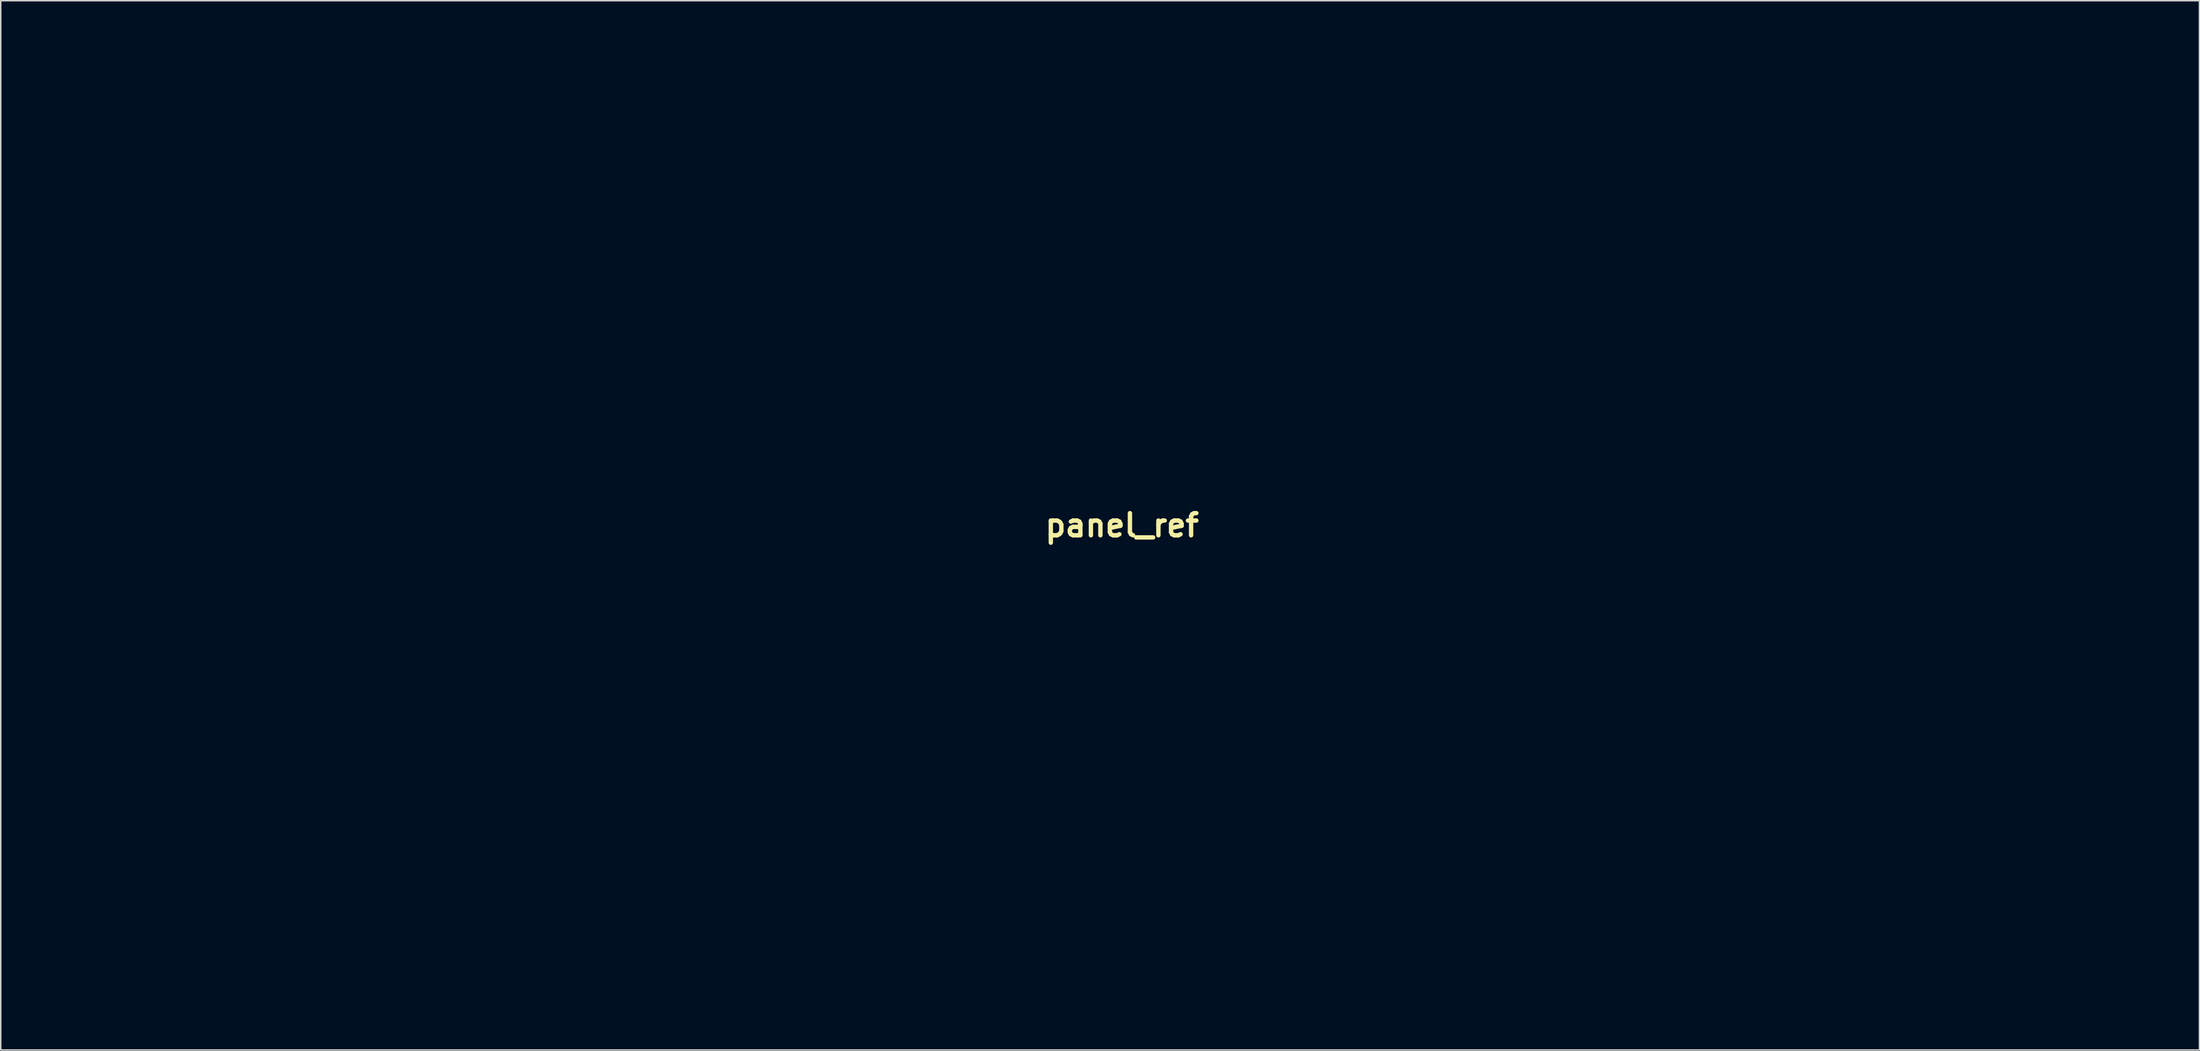
<source format=kicad_pcb>
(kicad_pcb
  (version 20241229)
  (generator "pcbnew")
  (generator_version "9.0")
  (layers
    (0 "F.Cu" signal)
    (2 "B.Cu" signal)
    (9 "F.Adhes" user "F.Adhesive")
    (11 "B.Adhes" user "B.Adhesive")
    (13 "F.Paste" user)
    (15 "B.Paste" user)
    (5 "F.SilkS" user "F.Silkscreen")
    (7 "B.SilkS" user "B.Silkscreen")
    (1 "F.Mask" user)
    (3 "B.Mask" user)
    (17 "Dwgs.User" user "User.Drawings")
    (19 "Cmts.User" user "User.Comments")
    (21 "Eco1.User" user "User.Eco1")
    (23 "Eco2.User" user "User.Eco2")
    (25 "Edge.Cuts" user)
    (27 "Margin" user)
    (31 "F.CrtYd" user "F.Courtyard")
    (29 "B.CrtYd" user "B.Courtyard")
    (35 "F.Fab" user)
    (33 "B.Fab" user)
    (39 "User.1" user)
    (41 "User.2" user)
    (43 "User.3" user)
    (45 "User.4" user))
  (footprint "panel_ref"
    (layer "F.Cu")
    (at 74.144 33.097)
    (property "Reference" "panel_ref" (at 0 0 0) (layer "F.SilkS") (effects (font (size 1.524 1.524) (thickness 0.3))))
    (attr through_hole)
    (fp_poly (pts (xy -68.128 -14.958) (xy -70.16 -14.958) (xy -70.16 -16.256) (xy -68.128 -16.256) (xy -68.128 -14.958)) (stroke (width 0.01) (type solid)) (fill no) (layer "Eco1.User"))
    (fp_poly (pts (xy -18.965 -28.109) (xy -19.473 -28.109) (xy -19.473 -33.02) (xy -18.965 -33.02) (xy -18.965 -28.109)) (stroke (width 0.01) (type solid)) (fill no) (layer "Eco1.User"))
    (fp_poly (pts (xy 5.193 -32.512) (xy 4.46 -32.512) (xy 3.727 -32.512) (xy 3.712 -30.297) (xy 3.697 -28.081) (xy 3.429 -28.098) (xy 3.161 -28.116) (xy 3.161 -32.512) (xy 1.693 -32.512) (xy 1.693 -33.02) (xy 5.193 -33.02) (xy 5.193 -32.512)) (stroke (width 0.01) (type solid)) (fill no) (layer "Eco1.User"))
    (fp_poly (pts (xy -66.625 -29.284) (xy -66.349 -29.243) (xy -66.168 -29.156) (xy -66.069 -29.012) (xy -66.04 -28.811) (xy -66.074 -28.554) (xy -66.183 -28.374) (xy -66.372 -28.266) (xy -66.649 -28.224) (xy -66.72 -28.222) (xy -67 -28.222) (xy -67 -29.308) (xy -66.625 -29.284)) (stroke (width 0.01) (type solid)) (fill no) (layer "Eco1.User"))
    (fp_poly (pts (xy -2.145 -32.512) (xy -4.29 -32.512) (xy -4.29 -31.214) (xy -2.145 -31.214) (xy -2.145 -30.706) (xy -4.29 -30.706) (xy -4.29 -28.561) (xy -2.088 -28.561) (xy -2.088 -28.109) (xy -4.854 -28.109) (xy -4.854 -33.02) (xy -2.145 -33.02) (xy -2.145 -32.512)) (stroke (width 0.01) (type solid)) (fill no) (layer "Eco1.User"))
    (fp_poly (pts (xy 24.857 -1.156) (xy 25.066 -1.062) (xy 25.192 -0.9) (xy 25.24 -0.662) (xy 25.24 -0.567) (xy 25.193 -0.36) (xy 25.064 -0.213) (xy 24.844 -0.119) (xy 24.624 -0.081) (xy 24.271 -0.042) (xy 24.271 -1.185) (xy 24.556 -1.185) (xy 24.857 -1.156)) (stroke (width 0.01) (type solid)) (fill no) (layer "Eco1.User"))
    (fp_poly (pts (xy -71.987 -29.284) (xy -71.716 -29.246) (xy -71.539 -29.164) (xy -71.44 -29.025) (xy -71.403 -28.814) (xy -71.402 -28.758) (xy -71.427 -28.531) (xy -71.511 -28.377) (xy -71.671 -28.284) (xy -71.92 -28.238) (xy -71.987 -28.233) (xy -72.362 -28.209) (xy -72.362 -29.308) (xy -71.987 -29.284)) (stroke (width 0.01) (type solid)) (fill no) (layer "Eco1.User"))
    (fp_poly (pts (xy -30.656 22.037) (xy -30.465 22.115) (xy -30.354 22.257) (xy -30.312 22.472) (xy -30.311 22.528) (xy -30.34 22.779) (xy -30.436 22.95) (xy -30.609 23.048) (xy -30.87 23.085) (xy -30.929 23.086) (xy -31.27 23.086) (xy -31.27 22.013) (xy -30.939 22.013) (xy -30.656 22.037)) (stroke (width 0.01) (type solid)) (fill no) (layer "Eco1.User"))
    (fp_poly (pts (xy -15.07 -11.713) (xy -14.88 -11.624) (xy -14.77 -11.465) (xy -14.732 -11.229) (xy -14.732 -11.204) (xy -14.764 -10.961) (xy -14.867 -10.796) (xy -15.049 -10.701) (xy -15.321 -10.668) (xy -15.35 -10.668) (xy -15.692 -10.668) (xy -15.692 -11.74) (xy -15.35 -11.74) (xy -15.07 -11.713)) (stroke (width 0.01) (type solid)) (fill no) (layer "Eco1.User"))
    (fp_poly (pts (xy 43.374 7.235) (xy 43.676 7.288) (xy 43.884 7.402) (xy 43.997 7.575) (xy 44.013 7.806) (xy 43.97 7.987) (xy 43.905 8.132) (xy 43.807 8.227) (xy 43.652 8.288) (xy 43.414 8.327) (xy 43.352 8.334) (xy 43.011 8.37) (xy 43.011 7.212) (xy 43.374 7.235)) (stroke (width 0.01) (type solid)) (fill no) (layer "Eco1.User"))
    (fp_poly (pts (xy 67.6 -1.175) (xy 67.869 -1.138) (xy 68.045 -1.058) (xy 68.144 -0.921) (xy 68.183 -0.709) (xy 68.185 -0.624) (xy 68.158 -0.392) (xy 68.067 -0.237) (xy 67.901 -0.148) (xy 67.645 -0.114) (xy 67.574 -0.113) (xy 67.225 -0.113) (xy 67.225 -1.198) (xy 67.6 -1.175)) (stroke (width 0.01) (type solid)) (fill no) (layer "Eco1.User"))
    (fp_poly (pts (xy -52.041 -3.264) (xy -51.881 -3.239) (xy -51.818 -3.219) (xy -51.711 -3.106) (xy -51.638 -2.925) (xy -51.614 -2.718) (xy -51.623 -2.618) (xy -51.691 -2.428) (xy -51.822 -2.304) (xy -52.032 -2.234) (xy -52.213 -2.212) (xy -52.55 -2.188) (xy -52.55 -3.274) (xy -52.236 -3.274) (xy -52.041 -3.264)) (stroke (width 0.01) (type solid)) (fill no) (layer "Eco1.User"))
    (fp_poly (pts (xy -17.27 -11.729) (xy -17.093 -11.699) (xy -17.024 -11.677) (xy -16.878 -11.552) (xy -16.792 -11.355) (xy -16.778 -11.116) (xy -16.783 -11.076) (xy -16.844 -10.88) (xy -16.961 -10.754) (xy -17.152 -10.687) (xy -17.419 -10.668) (xy -17.78 -10.668) (xy -17.78 -11.74) (xy -17.472 -11.74) (xy -17.27 -11.729)) (stroke (width 0.01) (type solid)) (fill no) (layer "Eco1.User"))
    (fp_poly (pts (xy 54.755 24.117) (xy 55.026 24.164) (xy 55.205 24.252) (xy 55.311 24.395) (xy 55.345 24.503) (xy 55.351 24.687) (xy 55.306 24.883) (xy 55.225 25.044) (xy 55.148 25.117) (xy 55.036 25.154) (xy 54.858 25.191) (xy 54.729 25.209) (xy 54.412 25.246) (xy 54.412 24.086) (xy 54.755 24.117)) (stroke (width 0.01) (type solid)) (fill no) (layer "Eco1.User"))
    (fp_poly (pts (xy -32.761 22.04) (xy -32.549 22.111) (xy -32.409 22.216) (xy -32.378 22.27) (xy -32.337 22.491) (xy -32.363 22.719) (xy -32.448 22.908) (xy -32.481 22.947) (xy -32.581 23.028) (xy -32.7 23.07) (xy -32.876 23.085) (xy -32.961 23.086) (xy -33.302 23.086) (xy -33.302 22.013) (xy -33.017 22.013) (xy -32.761 22.04)) (stroke (width 0.01) (type solid)) (fill no) (layer "Eco1.User"))
    (fp_poly (pts (xy 1.355 -32.512) (xy 0.252 -32.512) (xy -0.85 -32.512) (xy -0.834 -31.877) (xy -0.818 -31.242) (xy 0.268 -31.227) (xy 1.355 -31.211) (xy 1.355 -30.706) (xy -0.847 -30.706) (xy -0.847 -28.561) (xy 1.411 -28.561) (xy 1.411 -28.109) (xy -1.355 -28.109) (xy -1.355 -33.02) (xy 1.355 -33.02) (xy 1.355 -32.512)) (stroke (width 0.01) (type solid)) (fill no) (layer "Eco1.User"))
    (fp_poly (pts (xy 37.803 24.135) (xy 38.106 24.238) (xy 38.329 24.416) (xy 38.476 24.675) (xy 38.553 25.018) (xy 38.567 25.321) (xy 38.534 25.717) (xy 38.436 26.022) (xy 38.267 26.244) (xy 38.021 26.388) (xy 37.693 26.46) (xy 37.465 26.471) (xy 37.084 26.472) (xy 37.084 24.102) (xy 37.414 24.102) (xy 37.803 24.135)) (stroke (width 0.01) (type solid)) (fill no) (layer "Eco1.User"))
    (fp_poly (pts (xy 43.011 -32.512) (xy 41.908 -32.512) (xy 40.806 -32.512) (xy 40.822 -31.877) (xy 40.838 -31.242) (xy 43.017 -31.211) (xy 43 -30.973) (xy 42.982 -30.734) (xy 41.896 -30.719) (xy 40.809 -30.703) (xy 40.809 -28.561) (xy 43.067 -28.561) (xy 43.067 -28.109) (xy 40.301 -28.109) (xy 40.301 -33.02) (xy 43.011 -33.02) (xy 43.011 -32.512)) (stroke (width 0.01) (type solid)) (fill no) (layer "Eco1.User"))
    (fp_poly (pts (xy 5.48 26.838) (xy 5.511 26.905) (xy 5.563 27.033) (xy 5.641 27.235) (xy 5.731 27.474) (xy 5.865 27.827) (xy 5.473 27.827) (xy 5.277 27.82) (xy 5.137 27.801) (xy 5.08 27.774) (xy 5.08 27.772) (xy 5.1 27.7) (xy 5.15 27.555) (xy 5.22 27.368) (xy 5.297 27.17) (xy 5.37 26.991) (xy 5.425 26.863) (xy 5.45 26.817) (xy 5.462 26.814) (xy 5.48 26.838)) (stroke (width 0.01) (type solid)) (fill no) (layer "Eco1.User"))
    (fp_poly (pts (xy -28.095 26.877) (xy -28.036 26.984) (xy -27.96 27.144) (xy -27.878 27.329) (xy -27.803 27.514) (xy -27.745 27.671) (xy -27.717 27.775) (xy -27.716 27.785) (xy -27.767 27.806) (xy -27.902 27.821) (xy -28.093 27.827) (xy -28.109 27.827) (xy -28.304 27.825) (xy -28.445 27.82) (xy -28.504 27.812) (xy -28.504 27.812) (xy -28.485 27.751) (xy -28.435 27.615) (xy -28.365 27.433) (xy -28.288 27.237) (xy -28.214 27.054) (xy -28.156 26.914) (xy -28.126 26.849) (xy -28.095 26.877)) (stroke (width 0.01) (type solid)) (fill no) (layer "Eco1.User"))
    (fp_poly (pts (xy 15.652 -0.583) (xy 15.687 -0.507) (xy 15.748 -0.358) (xy 15.823 -0.168) (xy 15.823 -0.167) (xy 15.9 0.033) (xy 15.964 0.2) (xy 16.002 0.296) (xy 16.012 0.348) (xy 15.975 0.378) (xy 15.87 0.391) (xy 15.677 0.395) (xy 15.641 0.395) (xy 15.445 0.392) (xy 15.302 0.384) (xy 15.241 0.374) (xy 15.24 0.372) (xy 15.26 0.292) (xy 15.312 0.149) (xy 15.384 -0.032) (xy 15.465 -0.221) (xy 15.544 -0.394) (xy 15.608 -0.524) (xy 15.647 -0.583) (xy 15.652 -0.583)) (stroke (width 0.01) (type solid)) (fill no) (layer "Eco1.User"))
    (fp_poly (pts (xy 41.042 24.128) (xy 41.321 24.287) (xy 41.401 24.358) (xy 41.589 24.616) (xy 41.705 24.923) (xy 41.75 25.257) (xy 41.727 25.592) (xy 41.638 25.907) (xy 41.484 26.176) (xy 41.268 26.378) (xy 41.229 26.401) (xy 40.961 26.499) (xy 40.655 26.529) (xy 40.358 26.49) (xy 40.188 26.424) (xy 39.953 26.24) (xy 39.782 25.984) (xy 39.676 25.68) (xy 39.634 25.35) (xy 39.659 25.017) (xy 39.75 24.704) (xy 39.909 24.432) (xy 40.119 24.236) (xy 40.415 24.1) (xy 40.731 24.065) (xy 41.042 24.128)) (stroke (width 0.01) (type solid)) (fill no) (layer "Eco1.User"))
    (fp_poly (pts (xy 63.344 -26.516) (xy 63.633 -26.419) (xy 63.884 -26.242) (xy 64.048 -26.033) (xy 64.159 -25.761) (xy 64.218 -25.432) (xy 64.222 -25.093) (xy 64.181 -24.849) (xy 64.045 -24.535) (xy 63.836 -24.294) (xy 63.572 -24.132) (xy 63.272 -24.059) (xy 62.954 -24.082) (xy 62.708 -24.172) (xy 62.449 -24.356) (xy 62.265 -24.612) (xy 62.15 -24.953) (xy 62.148 -24.962) (xy 62.113 -25.334) (xy 62.163 -25.696) (xy 62.29 -26.021) (xy 62.487 -26.28) (xy 62.493 -26.285) (xy 62.75 -26.453) (xy 63.041 -26.529) (xy 63.344 -26.516)) (stroke (width 0.01) (type solid)) (fill no) (layer "Eco1.User"))
    (fp_poly (pts (xy -54.607 -3.316) (xy -54.303 -3.231) (xy -54.062 -3.054) (xy -53.886 -2.789) (xy -53.778 -2.439) (xy -53.745 -2.158) (xy -53.739 -1.921) (xy -53.756 -1.746) (xy -53.807 -1.587) (xy -53.868 -1.453) (xy -53.995 -1.247) (xy -54.142 -1.079) (xy -54.205 -1.028) (xy -54.424 -0.93) (xy -54.694 -0.875) (xy -54.96 -0.871) (xy -55.102 -0.899) (xy -55.401 -1.048) (xy -55.62 -1.277) (xy -55.76 -1.586) (xy -55.82 -1.974) (xy -55.822 -2.092) (xy -55.782 -2.505) (xy -55.667 -2.838) (xy -55.479 -3.087) (xy -55.222 -3.25) (xy -54.899 -3.323) (xy -54.607 -3.316)) (stroke (width 0.01) (type solid)) (fill no) (layer "Eco1.User"))
    (fp_poly (pts (xy 34.883 -30.565) (xy 34.882 -30.05) (xy 34.879 -29.573) (xy 34.874 -29.143) (xy 34.868 -28.773) (xy 34.86 -28.474) (xy 34.852 -28.257) (xy 34.843 -28.134) (xy 34.836 -28.109) (xy 34.792 -28.152) (xy 34.686 -28.274) (xy 34.526 -28.466) (xy 34.321 -28.718) (xy 34.078 -29.019) (xy 33.805 -29.362) (xy 33.509 -29.735) (xy 33.467 -29.789) (xy 32.145 -31.468) (xy 32.115 -28.109) (xy 31.609 -28.109) (xy 31.609 -30.565) (xy 31.609 -31.079) (xy 31.61 -31.557) (xy 31.612 -31.986) (xy 31.614 -32.356) (xy 31.617 -32.656) (xy 31.62 -32.873) (xy 31.623 -32.996) (xy 31.626 -33.02) (xy 31.663 -32.977) (xy 31.763 -32.855) (xy 31.916 -32.663) (xy 32.116 -32.412) (xy 32.355 -32.11) (xy 32.625 -31.768) (xy 32.919 -31.394) (xy 32.966 -31.334) (xy 34.29 -29.648) (xy 34.305 -31.334) (xy 34.32 -33.02) (xy 34.883 -33.02) (xy 34.883 -30.565)) (stroke (width 0.01) (type solid)) (fill no) (layer "Eco1.User"))
    (fp_poly (pts (xy -72.08 -12.533) (xy -72.074 -12.035) (xy -72.055 -11.638) (xy -72.017 -11.332) (xy -71.958 -11.106) (xy -71.872 -10.948) (xy -71.755 -10.849) (xy -71.603 -10.797) (xy -71.413 -10.781) (xy -71.402 -10.781) (xy -71.208 -10.795) (xy -71.053 -10.845) (xy -70.935 -10.943) (xy -70.847 -11.098) (xy -70.787 -11.322) (xy -70.749 -11.626) (xy -70.73 -12.02) (xy -70.725 -12.499) (xy -70.725 -13.49) (xy -70.376 -13.49) (xy -70.395 -12.347) (xy -70.403 -11.952) (xy -70.412 -11.652) (xy -70.424 -11.43) (xy -70.441 -11.268) (xy -70.464 -11.149) (xy -70.496 -11.055) (xy -70.531 -10.982) (xy -70.678 -10.758) (xy -70.853 -10.616) (xy -71.086 -10.538) (xy -71.333 -10.512) (xy -71.593 -10.511) (xy -71.782 -10.543) (xy -71.906 -10.594) (xy -72.058 -10.687) (xy -72.178 -10.796) (xy -72.268 -10.936) (xy -72.332 -11.121) (xy -72.376 -11.364) (xy -72.402 -11.681) (xy -72.414 -12.086) (xy -72.417 -12.46) (xy -72.418 -13.49) (xy -72.08 -13.49) (xy -72.08 -12.533)) (stroke (width 0.01) (type solid)) (fill no) (layer "Eco1.User"))
    (fp_poly (pts (xy 44.964 -33.012) (xy 45.31 -32.985) (xy 45.578 -32.935) (xy 45.786 -32.858) (xy 45.953 -32.751) (xy 46.04 -32.669) (xy 46.243 -32.417) (xy 46.362 -32.159) (xy 46.415 -31.856) (xy 46.421 -31.694) (xy 46.383 -31.261) (xy 46.265 -30.907) (xy 46.066 -30.629) (xy 45.784 -30.426) (xy 45.724 -30.397) (xy 45.496 -30.294) (xy 46.61 -28.109) (xy 46.32 -28.11) (xy 46.03 -28.11) (xy 44.958 -30.196) (xy 44.633 -30.197) (xy 44.309 -30.198) (xy 44.309 -28.109) (xy 43.744 -28.109) (xy 43.744 -32.512) (xy 44.309 -32.512) (xy 44.309 -30.706) (xy 44.837 -30.706) (xy 45.099 -30.709) (xy 45.279 -30.724) (xy 45.407 -30.755) (xy 45.515 -30.808) (xy 45.556 -30.835) (xy 45.75 -31.01) (xy 45.866 -31.233) (xy 45.914 -31.524) (xy 45.916 -31.637) (xy 45.888 -31.948) (xy 45.8 -32.183) (xy 45.644 -32.348) (xy 45.408 -32.452) (xy 45.082 -32.503) (xy 44.822 -32.512) (xy 44.309 -32.512) (xy 43.744 -32.512) (xy 43.744 -33.02) (xy 44.524 -33.02) (xy 44.964 -33.012)) (stroke (width 0.01) (type solid)) (fill no) (layer "Eco1.User"))
    (fp_poly (pts (xy 37.279 -33.011) (xy 37.702 -32.979) (xy 38.048 -32.92) (xy 38.332 -32.829) (xy 38.573 -32.7) (xy 38.787 -32.529) (xy 38.943 -32.366) (xy 39.155 -32.069) (xy 39.307 -31.722) (xy 39.403 -31.312) (xy 39.445 -30.824) (xy 39.442 -30.326) (xy 39.411 -29.887) (xy 39.351 -29.535) (xy 39.254 -29.244) (xy 39.111 -28.989) (xy 38.912 -28.746) (xy 38.834 -28.665) (xy 38.641 -28.488) (xy 38.447 -28.352) (xy 38.235 -28.252) (xy 37.986 -28.182) (xy 37.68 -28.139) (xy 37.301 -28.116) (xy 36.829 -28.109) (xy 36.796 -28.109) (xy 35.842 -28.109) (xy 35.842 -32.568) (xy 36.407 -32.568) (xy 36.407 -28.545) (xy 37.081 -28.573) (xy 37.387 -28.589) (xy 37.609 -28.61) (xy 37.78 -28.642) (xy 37.927 -28.69) (xy 38.066 -28.753) (xy 38.363 -28.936) (xy 38.589 -29.167) (xy 38.751 -29.458) (xy 38.854 -29.822) (xy 38.904 -30.272) (xy 38.912 -30.536) (xy 38.901 -30.961) (xy 38.859 -31.299) (xy 38.779 -31.575) (xy 38.654 -31.814) (xy 38.515 -31.998) (xy 38.264 -32.23) (xy 37.955 -32.398) (xy 37.576 -32.507) (xy 37.115 -32.561) (xy 36.82 -32.568) (xy 36.407 -32.568) (xy 35.842 -32.568) (xy 35.842 -33.02) (xy 36.762 -33.02) (xy 37.279 -33.011)) (stroke (width 0.01) (type solid)) (fill no) (layer "Eco1.User"))
    (fp_poly (pts (xy -68.762 -13.507) (xy -68.59 -13.45) (xy -68.44 -13.354) (xy -68.315 -13.255) (xy -68.269 -13.193) (xy -68.29 -13.137) (xy -68.34 -13.084) (xy -68.412 -13.02) (xy -68.475 -13.009) (xy -68.567 -13.055) (xy -68.664 -13.119) (xy -68.921 -13.241) (xy -69.172 -13.25) (xy -69.366 -13.182) (xy -69.507 -13.081) (xy -69.578 -12.942) (xy -69.596 -12.742) (xy -69.569 -12.581) (xy -69.479 -12.454) (xy -69.309 -12.349) (xy -69.043 -12.252) (xy -69.012 -12.243) (xy -68.68 -12.127) (xy -68.447 -12.001) (xy -68.296 -11.846) (xy -68.214 -11.647) (xy -68.186 -11.388) (xy -68.185 -11.334) (xy -68.227 -11.018) (xy -68.354 -10.777) (xy -68.567 -10.607) (xy -68.596 -10.593) (xy -68.848 -10.52) (xy -69.15 -10.502) (xy -69.45 -10.538) (xy -69.679 -10.615) (xy -69.857 -10.71) (xy -69.944 -10.781) (xy -69.953 -10.851) (xy -69.898 -10.939) (xy -69.889 -10.951) (xy -69.782 -11.083) (xy -69.59 -10.946) (xy -69.409 -10.849) (xy -69.195 -10.811) (xy -69.107 -10.809) (xy -68.834 -10.846) (xy -68.647 -10.956) (xy -68.545 -11.14) (xy -68.524 -11.317) (xy -68.56 -11.532) (xy -68.677 -11.691) (xy -68.886 -11.805) (xy -69.06 -11.857) (xy -69.424 -11.976) (xy -69.687 -12.136) (xy -69.853 -12.341) (xy -69.929 -12.598) (xy -69.935 -12.709) (xy -69.891 -13.026) (xy -69.762 -13.27) (xy -69.553 -13.437) (xy -69.267 -13.524) (xy -68.996 -13.533) (xy -68.762 -13.507)) (stroke (width 0.01) (type solid)) (fill no) (layer "Eco1.User"))
    (fp_poly (pts (xy -67.06 -13.481) (xy -66.771 -13.471) (xy -66.571 -13.458) (xy -66.437 -13.437) (xy -66.346 -13.404) (xy -66.274 -13.354) (xy -66.241 -13.324) (xy -66.103 -13.138) (xy -66.024 -12.914) (xy -66.004 -12.681) (xy -66.044 -12.468) (xy -66.143 -12.304) (xy -66.236 -12.239) (xy -66.369 -12.178) (xy -66.154 -11.973) (xy -65.965 -11.726) (xy -65.885 -11.451) (xy -65.914 -11.151) (xy -65.97 -10.995) (xy -66.063 -10.826) (xy -66.181 -10.705) (xy -66.343 -10.625) (xy -66.567 -10.579) (xy -66.874 -10.558) (xy -67.107 -10.555) (xy -67.733 -10.555) (xy -67.733 -11.966) (xy -67.395 -11.966) (xy -67.395 -10.825) (xy -66.938 -10.846) (xy -66.702 -10.861) (xy -66.55 -10.884) (xy -66.454 -10.923) (xy -66.384 -10.987) (xy -66.373 -10.999) (xy -66.284 -11.185) (xy -66.26 -11.414) (xy -66.297 -11.64) (xy -66.395 -11.818) (xy -66.404 -11.828) (xy -66.49 -11.9) (xy -66.587 -11.942) (xy -66.729 -11.961) (xy -66.948 -11.966) (xy -66.969 -11.966) (xy -67.395 -11.966) (xy -67.733 -11.966) (xy -67.733 -13.208) (xy -67.395 -13.208) (xy -67.395 -12.3) (xy -66.963 -12.317) (xy -66.739 -12.329) (xy -66.597 -12.35) (xy -66.507 -12.391) (xy -66.438 -12.459) (xy -66.42 -12.483) (xy -66.342 -12.633) (xy -66.34 -12.805) (xy -66.346 -12.836) (xy -66.419 -13.013) (xy -66.568 -13.131) (xy -66.802 -13.194) (xy -67.053 -13.208) (xy -67.395 -13.208) (xy -67.733 -13.208) (xy -67.733 -13.5) (xy -67.06 -13.481)) (stroke (width 0.01) (type solid)) (fill no) (layer "Eco1.User"))
    (fp_poly (pts (xy 13.905 -33.065) (xy 14.355 -32.949) (xy 14.769 -32.745) (xy 15.13 -32.457) (xy 15.403 -32.119) (xy 15.608 -31.741) (xy 15.741 -31.339) (xy 15.808 -30.887) (xy 15.82 -30.508) (xy 15.774 -29.94) (xy 15.645 -29.433) (xy 15.438 -28.993) (xy 15.156 -28.627) (xy 14.804 -28.342) (xy 14.386 -28.144) (xy 14.373 -28.14) (xy 14.065 -28.067) (xy 13.709 -28.027) (xy 13.35 -28.022) (xy 13.036 -28.054) (xy 12.954 -28.072) (xy 12.478 -28.248) (xy 12.075 -28.508) (xy 11.75 -28.85) (xy 11.502 -29.271) (xy 11.336 -29.769) (xy 11.28 -30.071) (xy 11.264 -30.34) (xy 11.755 -30.34) (xy 11.816 -29.879) (xy 11.85 -29.745) (xy 12.003 -29.383) (xy 12.234 -29.051) (xy 12.52 -28.772) (xy 12.839 -28.57) (xy 13.003 -28.506) (xy 13.229 -28.467) (xy 13.515 -28.461) (xy 13.819 -28.484) (xy 14.099 -28.532) (xy 14.312 -28.604) (xy 14.321 -28.608) (xy 14.661 -28.844) (xy 14.938 -29.161) (xy 15.146 -29.543) (xy 15.282 -29.972) (xy 15.34 -30.434) (xy 15.316 -30.912) (xy 15.205 -31.39) (xy 15.17 -31.49) (xy 14.975 -31.87) (xy 14.712 -32.173) (xy 14.397 -32.4) (xy 14.045 -32.548) (xy 13.672 -32.616) (xy 13.294 -32.605) (xy 12.925 -32.513) (xy 12.582 -32.339) (xy 12.28 -32.081) (xy 12.034 -31.74) (xy 12.002 -31.68) (xy 11.851 -31.277) (xy 11.768 -30.818) (xy 11.755 -30.34) (xy 11.264 -30.34) (xy 11.247 -30.628) (xy 11.302 -31.157) (xy 11.441 -31.645) (xy 11.658 -32.081) (xy 11.947 -32.45) (xy 12.302 -32.742) (xy 12.496 -32.85) (xy 12.959 -33.02) (xy 13.434 -33.091) (xy 13.905 -33.065)) (stroke (width 0.01) (type solid)) (fill no) (layer "Eco1.User"))
    (fp_poly (pts (xy 10.416 -33.031) (xy 10.892 -32.872) (xy 10.936 -32.851) (xy 11.112 -32.764) (xy 11.237 -32.689) (xy 11.287 -32.643) (xy 11.287 -32.642) (xy 11.253 -32.572) (xy 11.172 -32.459) (xy 11.156 -32.44) (xy 11.028 -32.282) (xy 10.749 -32.44) (xy 10.599 -32.517) (xy 10.461 -32.564) (xy 10.299 -32.588) (xy 10.076 -32.596) (xy 9.962 -32.597) (xy 9.707 -32.593) (xy 9.528 -32.577) (xy 9.39 -32.541) (xy 9.255 -32.478) (xy 9.182 -32.436) (xy 8.886 -32.202) (xy 8.66 -31.887) (xy 8.502 -31.488) (xy 8.411 -31.002) (xy 8.386 -30.508) (xy 8.417 -29.963) (xy 8.512 -29.506) (xy 8.675 -29.132) (xy 8.907 -28.837) (xy 9.203 -28.617) (xy 9.345 -28.547) (xy 9.485 -28.504) (xy 9.658 -28.483) (xy 9.902 -28.476) (xy 9.962 -28.476) (xy 10.222 -28.48) (xy 10.405 -28.498) (xy 10.548 -28.535) (xy 10.687 -28.599) (xy 10.735 -28.626) (xy 10.891 -28.709) (xy 10.983 -28.739) (xy 11.041 -28.719) (xy 11.076 -28.682) (xy 11.195 -28.536) (xy 11.247 -28.442) (xy 11.223 -28.374) (xy 11.116 -28.306) (xy 10.926 -28.216) (xy 10.685 -28.115) (xy 10.462 -28.056) (xy 10.204 -28.027) (xy 10.087 -28.02) (xy 9.838 -28.017) (xy 9.604 -28.028) (xy 9.431 -28.05) (xy 9.412 -28.054) (xy 8.967 -28.219) (xy 8.594 -28.47) (xy 8.295 -28.804) (xy 8.071 -29.22) (xy 7.923 -29.715) (xy 7.853 -30.286) (xy 7.847 -30.52) (xy 7.862 -30.971) (xy 7.916 -31.35) (xy 8.015 -31.694) (xy 8.141 -31.99) (xy 8.39 -32.382) (xy 8.707 -32.692) (xy 9.08 -32.915) (xy 9.498 -33.049) (xy 9.947 -33.089) (xy 10.416 -33.031)) (stroke (width 0.01) (type solid)) (fill no) (layer "Eco1.User"))
    (fp_poly (pts (xy 29.078 -32.968) (xy 29.138 -32.834) (xy 29.231 -32.621) (xy 29.35 -32.34) (xy 29.491 -32.003) (xy 29.648 -31.623) (xy 29.817 -31.212) (xy 29.993 -30.782) (xy 30.17 -30.347) (xy 30.344 -29.917) (xy 30.51 -29.507) (xy 30.662 -29.127) (xy 30.795 -28.79) (xy 30.905 -28.509) (xy 30.986 -28.296) (xy 31.034 -28.163) (xy 31.044 -28.124) (xy 30.994 -28.116) (xy 30.864 -28.11) (xy 30.766 -28.109) (xy 30.488 -28.109) (xy 30.371 -28.42) (xy 30.279 -28.664) (xy 30.179 -28.93) (xy 30.137 -29.042) (xy 30.019 -29.354) (xy 29.083 -29.338) (xy 28.147 -29.323) (xy 27.922 -28.716) (xy 27.697 -28.109) (xy 27.417 -28.109) (xy 27.251 -28.115) (xy 27.173 -28.138) (xy 27.16 -28.187) (xy 27.165 -28.208) (xy 27.189 -28.274) (xy 27.25 -28.432) (xy 27.343 -28.67) (xy 27.463 -28.976) (xy 27.604 -29.338) (xy 27.763 -29.741) (xy 27.821 -29.89) (xy 28.392 -29.89) (xy 28.444 -29.878) (xy 28.589 -29.869) (xy 28.803 -29.862) (xy 29.067 -29.859) (xy 29.096 -29.859) (xy 29.801 -29.859) (xy 29.697 -30.127) (xy 29.634 -30.29) (xy 29.543 -30.524) (xy 29.438 -30.796) (xy 29.348 -31.03) (xy 29.251 -31.271) (xy 29.166 -31.462) (xy 29.101 -31.586) (xy 29.065 -31.624) (xy 29.065 -31.623) (xy 29.034 -31.561) (xy 28.973 -31.414) (xy 28.889 -31.207) (xy 28.791 -30.96) (xy 28.688 -30.696) (xy 28.589 -30.437) (xy 28.501 -30.205) (xy 28.434 -30.023) (xy 28.397 -29.912) (xy 28.392 -29.89) (xy 27.821 -29.89) (xy 27.934 -30.176) (xy 28.111 -30.627) (xy 28.292 -31.085) (xy 28.469 -31.535) (xy 28.64 -31.966) (xy 28.798 -32.364) (xy 28.938 -32.718) (xy 29.054 -33.009) (xy 29.078 -32.968)) (stroke (width 0.01) (type solid)) (fill no) (layer "Eco1.User"))
    (fp_poly (pts (xy -26.939 -33.072) (xy -26.551 -32.993) (xy -26.195 -32.84) (xy -25.972 -32.684) (xy -25.782 -32.521) (xy -26.095 -32.112) (xy -26.269 -32.277) (xy -26.519 -32.477) (xy -26.769 -32.586) (xy -27.057 -32.619) (xy -27.186 -32.614) (xy -27.519 -32.555) (xy -27.765 -32.423) (xy -27.928 -32.216) (xy -28.01 -31.932) (xy -28.021 -31.773) (xy -28 -31.533) (xy -27.922 -31.34) (xy -27.773 -31.185) (xy -27.543 -31.055) (xy -27.218 -30.942) (xy -26.998 -30.882) (xy -26.615 -30.773) (xy -26.323 -30.653) (xy -26.096 -30.511) (xy -25.92 -30.344) (xy -25.748 -30.069) (xy -25.648 -29.735) (xy -25.621 -29.372) (xy -25.67 -29.01) (xy -25.759 -28.758) (xy -25.881 -28.533) (xy -26.015 -28.375) (xy -26.198 -28.251) (xy -26.38 -28.163) (xy -26.586 -28.098) (xy -26.852 -28.047) (xy -27.135 -28.016) (xy -27.393 -28.01) (xy -27.573 -28.03) (xy -27.791 -28.096) (xy -28.024 -28.186) (xy -28.247 -28.288) (xy -28.436 -28.39) (xy -28.567 -28.481) (xy -28.616 -28.547) (xy -28.616 -28.547) (xy -28.58 -28.611) (xy -28.491 -28.722) (xy -28.447 -28.773) (xy -28.28 -28.956) (xy -28.03 -28.765) (xy -27.722 -28.59) (xy -27.38 -28.495) (xy -27.031 -28.482) (xy -26.704 -28.553) (xy -26.472 -28.674) (xy -26.314 -28.846) (xy -26.201 -29.083) (xy -26.151 -29.34) (xy -26.16 -29.502) (xy -26.225 -29.744) (xy -26.327 -29.93) (xy -26.483 -30.075) (xy -26.71 -30.192) (xy -27.025 -30.293) (xy -27.23 -30.344) (xy -27.68 -30.483) (xy -28.031 -30.667) (xy -28.287 -30.902) (xy -28.454 -31.192) (xy -28.534 -31.524) (xy -28.536 -31.913) (xy -28.451 -32.274) (xy -28.286 -32.585) (xy -28.05 -32.824) (xy -28.024 -32.843) (xy -27.703 -32.999) (xy -27.332 -33.074) (xy -26.939 -33.072)) (stroke (width 0.01) (type solid)) (fill no) (layer "Eco1.User"))
    (fp_poly (pts (xy 25.386 17.512) (xy 33.161 17.526) (xy 33.175 25.301) (xy 33.19 33.076) (xy 27.813 33.077) (xy 27.019 33.077) (xy 26.24 33.077) (xy 25.485 33.078) (xy 24.765 33.08) (xy 24.088 33.081) (xy 23.465 33.083) (xy 22.905 33.085) (xy 22.419 33.088) (xy 22.015 33.09) (xy 21.703 33.093) (xy 21.494 33.096) (xy 21.477 33.096) (xy 21.135 33.101) (xy 20.712 33.103) (xy 20.238 33.103) (xy 19.746 33.101) (xy 19.266 33.097) (xy 19.064 33.095) (xy 17.611 33.075) (xy 17.611 23.82) (xy 21.505 23.82) (xy 21.505 26.814) (xy 22.31 26.799) (xy 23.114 26.783) (xy 23.15 26.472) (xy 21.844 26.472) (xy 21.844 23.82) (xy 23.424 23.82) (xy 23.424 26.811) (xy 25.118 26.811) (xy 25.118 26.472) (xy 23.763 26.472) (xy 23.763 25.231) (xy 25.061 25.231) (xy 25.061 24.892) (xy 23.763 24.892) (xy 23.763 24.158) (xy 25.061 24.158) (xy 25.061 23.82) (xy 25.513 23.82) (xy 25.513 26.811) (xy 25.852 26.811) (xy 25.852 25.174) (xy 26.98 25.174) (xy 26.98 24.892) (xy 25.852 24.892) (xy 25.852 24.158) (xy 26.98 24.158) (xy 26.98 23.82) (xy 27.15 23.82) (xy 27.15 24.158) (xy 27.996 24.158) (xy 27.996 25.447) (xy 27.998 25.818) (xy 28.003 26.15) (xy 28.01 26.428) (xy 28.02 26.635) (xy 28.03 26.754) (xy 28.037 26.776) (xy 28.118 26.801) (xy 28.22 26.8) (xy 28.363 26.783) (xy 28.378 25.471) (xy 28.394 24.158) (xy 29.238 24.158) (xy 29.238 23.82) (xy 27.15 23.82) (xy 26.98 23.82) (xy 25.513 23.82) (xy 25.061 23.82) (xy 23.424 23.82) (xy 21.844 23.82) (xy 21.505 23.82) (xy 17.611 23.82) (xy 17.611 17.497) (xy 25.386 17.512)) (stroke (width 0.01) (type solid)) (fill no) (layer "Eco1.User"))
    (fp_poly (pts (xy 50.01 16.256) (xy 42.247 16.256) (xy 41.114 16.256) (xy 40.09 16.255) (xy 39.169 16.254) (xy 38.347 16.253) (xy 37.618 16.251) (xy 36.979 16.248) (xy 36.425 16.245) (xy 35.95 16.241) (xy 35.551 16.236) (xy 35.221 16.231) (xy 34.958 16.225) (xy 34.755 16.218) (xy 34.609 16.21) (xy 34.514 16.201) (xy 34.465 16.191) (xy 34.457 16.185) (xy 34.454 16.122) (xy 34.451 15.951) (xy 34.449 15.681) (xy 34.447 15.318) (xy 34.445 14.868) (xy 34.443 14.337) (xy 34.442 13.733) (xy 34.442 13.062) (xy 34.441 12.33) (xy 34.441 11.544) (xy 34.442 10.711) (xy 34.443 9.837) (xy 34.444 8.928) (xy 34.445 8.382) (xy 34.448 6.943) (xy 40.132 6.943) (xy 40.132 8.035) (xy 40.135 8.494) (xy 40.147 8.857) (xy 40.172 9.137) (xy 40.214 9.35) (xy 40.278 9.512) (xy 40.367 9.639) (xy 40.485 9.744) (xy 40.612 9.829) (xy 40.816 9.905) (xy 41.078 9.935) (xy 41.353 9.919) (xy 41.516 9.878) (xy 42.672 9.878) (xy 43.011 9.878) (xy 43.011 8.651) (xy 43.438 8.623) (xy 43.723 8.592) (xy 43.92 8.539) (xy 44.016 8.485) (xy 44.205 8.286) (xy 44.32 8.037) (xy 44.361 7.765) (xy 44.328 7.496) (xy 44.221 7.256) (xy 44.04 7.072) (xy 44.016 7.057) (xy 43.908 7.003) (xy 43.78 6.968) (xy 43.604 6.95) (xy 43.353 6.943) (xy 43.251 6.943) (xy 42.672 6.943) (xy 42.672 9.878) (xy 41.516 9.878) (xy 41.595 9.858) (xy 41.655 9.829) (xy 41.824 9.695) (xy 41.968 9.502) (xy 41.979 9.482) (xy 42.023 9.394) (xy 42.055 9.305) (xy 42.078 9.197) (xy 42.093 9.054) (xy 42.102 8.857) (xy 42.106 8.588) (xy 42.108 8.23) (xy 42.108 8.091) (xy 42.108 6.943) (xy 41.769 6.943) (xy 41.769 8.045) (xy 41.765 8.515) (xy 41.752 8.884) (xy 41.723 9.164) (xy 41.675 9.368) (xy 41.602 9.506) (xy 41.499 9.591) (xy 41.361 9.635) (xy 41.184 9.65) (xy 41.109 9.65) (xy 40.923 9.638) (xy 40.776 9.595) (xy 40.664 9.511) (xy 40.583 9.373) (xy 40.527 9.171) (xy 40.493 8.891) (xy 40.476 8.524) (xy 40.471 8.056) (xy 40.471 8.017) (xy 40.471 6.943) (xy 40.132 6.943) (xy 34.448 6.943) (xy 34.459 0.649) (xy 42.235 0.635) (xy 50.01 0.62) (xy 50.01 16.256)) (stroke (width 0.01) (type solid)) (fill no) (layer "Eco1.User"))
    (fp_poly (pts (xy -9.285 -32.913) (xy -9.226 -32.768) (xy -9.139 -32.543) (xy -9.029 -32.25) (xy -8.9 -31.903) (xy -8.758 -31.513) (xy -8.696 -31.341) (xy -8.549 -30.935) (xy -8.414 -30.563) (xy -8.294 -30.239) (xy -8.195 -29.976) (xy -8.122 -29.787) (xy -8.079 -29.686) (xy -8.072 -29.673) (xy -8.045 -29.713) (xy -7.984 -29.848) (xy -7.895 -30.064) (xy -7.783 -30.35) (xy -7.653 -30.695) (xy -7.509 -31.084) (xy -7.42 -31.331) (xy -7.238 -31.831) (xy -7.09 -32.23) (xy -6.973 -32.534) (xy -6.883 -32.748) (xy -6.819 -32.88) (xy -6.779 -32.935) (xy -6.762 -32.928) (xy -6.738 -32.852) (xy -6.689 -32.682) (xy -6.619 -32.433) (xy -6.532 -32.117) (xy -6.431 -31.748) (xy -6.32 -31.341) (xy -6.202 -30.908) (xy -6.082 -30.465) (xy -5.964 -30.024) (xy -5.85 -29.599) (xy -5.744 -29.204) (xy -5.651 -28.853) (xy -5.574 -28.559) (xy -5.517 -28.337) (xy -5.483 -28.2) (xy -5.475 -28.161) (xy -5.526 -28.131) (xy -5.655 -28.112) (xy -5.747 -28.109) (xy -6.02 -28.109) (xy -6.434 -29.619) (xy -6.543 -30.015) (xy -6.644 -30.374) (xy -6.733 -30.684) (xy -6.805 -30.929) (xy -6.856 -31.096) (xy -6.882 -31.169) (xy -6.883 -31.171) (xy -6.911 -31.131) (xy -6.972 -30.997) (xy -7.061 -30.783) (xy -7.173 -30.502) (xy -7.302 -30.165) (xy -7.444 -29.786) (xy -7.48 -29.689) (xy -7.625 -29.299) (xy -7.758 -28.947) (xy -7.874 -28.644) (xy -7.967 -28.405) (xy -8.034 -28.242) (xy -8.068 -28.169) (xy -8.071 -28.167) (xy -8.097 -28.218) (xy -8.155 -28.362) (xy -8.241 -28.585) (xy -8.349 -28.875) (xy -8.475 -29.216) (xy -8.612 -29.597) (xy -8.631 -29.648) (xy -8.77 -30.035) (xy -8.899 -30.388) (xy -9.011 -30.692) (xy -9.102 -30.933) (xy -9.166 -31.097) (xy -9.198 -31.171) (xy -9.199 -31.173) (xy -9.223 -31.132) (xy -9.272 -30.995) (xy -9.343 -30.776) (xy -9.43 -30.488) (xy -9.531 -30.143) (xy -9.64 -29.756) (xy -9.662 -29.677) (xy -10.087 -28.138) (xy -10.385 -28.12) (xy -10.562 -28.117) (xy -10.646 -28.135) (xy -10.654 -28.177) (xy -10.634 -28.245) (xy -10.587 -28.411) (xy -10.517 -28.663) (xy -10.427 -28.989) (xy -10.32 -29.378) (xy -10.2 -29.818) (xy -10.069 -30.297) (xy -9.984 -30.607) (xy -9.849 -31.102) (xy -9.722 -31.562) (xy -9.606 -31.975) (xy -9.505 -32.331) (xy -9.422 -32.618) (xy -9.36 -32.825) (xy -9.322 -32.942) (xy -9.312 -32.964) (xy -9.285 -32.913)) (stroke (width 0.01) (type solid)) (fill no) (layer "Eco1.User"))
    (fp_poly (pts (xy 17.672 -32.956) (xy 17.7 -32.888) (xy 17.762 -32.728) (xy 17.851 -32.489) (xy 17.963 -32.184) (xy 18.093 -31.826) (xy 18.236 -31.43) (xy 18.296 -31.263) (xy 18.442 -30.859) (xy 18.576 -30.491) (xy 18.694 -30.173) (xy 18.791 -29.917) (xy 18.862 -29.737) (xy 18.902 -29.644) (xy 18.909 -29.634) (xy 18.934 -29.685) (xy 18.992 -29.83) (xy 19.079 -30.055) (xy 19.188 -30.348) (xy 19.316 -30.696) (xy 19.457 -31.086) (xy 19.52 -31.26) (xy 19.667 -31.668) (xy 19.803 -32.043) (xy 19.923 -32.371) (xy 20.022 -32.639) (xy 20.095 -32.833) (xy 20.138 -32.94) (xy 20.145 -32.955) (xy 20.178 -32.936) (xy 20.229 -32.823) (xy 20.294 -32.632) (xy 20.332 -32.5) (xy 20.53 -31.78) (xy 20.716 -31.104) (xy 20.886 -30.478) (xy 21.04 -29.911) (xy 21.176 -29.408) (xy 21.291 -28.979) (xy 21.383 -28.629) (xy 21.451 -28.366) (xy 21.492 -28.198) (xy 21.505 -28.133) (xy 21.469 -28.081) (xy 21.348 -28.057) (xy 21.227 -28.053) (xy 20.949 -28.053) (xy 20.863 -28.349) (xy 20.822 -28.494) (xy 20.759 -28.727) (xy 20.677 -29.024) (xy 20.585 -29.366) (xy 20.487 -29.73) (xy 20.468 -29.803) (xy 20.349 -30.246) (xy 20.256 -30.589) (xy 20.185 -30.842) (xy 20.131 -31.014) (xy 20.089 -31.115) (xy 20.056 -31.154) (xy 20.027 -31.14) (xy 19.997 -31.082) (xy 19.963 -30.99) (xy 19.94 -30.929) (xy 19.888 -30.787) (xy 19.803 -30.559) (xy 19.694 -30.265) (xy 19.568 -29.923) (xy 19.431 -29.554) (xy 19.358 -29.359) (xy 18.891 -28.096) (xy 18.325 -29.665) (xy 18.153 -30.137) (xy 18.014 -30.509) (xy 17.905 -30.788) (xy 17.823 -30.98) (xy 17.765 -31.094) (xy 17.729 -31.135) (xy 17.714 -31.125) (xy 17.689 -31.049) (xy 17.64 -30.884) (xy 17.572 -30.647) (xy 17.489 -30.355) (xy 17.396 -30.027) (xy 17.298 -29.679) (xy 17.2 -29.329) (xy 17.107 -28.993) (xy 17.023 -28.69) (xy 16.954 -28.437) (xy 16.905 -28.251) (xy 16.879 -28.149) (xy 16.877 -28.136) (xy 16.826 -28.121) (xy 16.696 -28.111) (xy 16.588 -28.109) (xy 16.42 -28.113) (xy 16.339 -28.133) (xy 16.321 -28.18) (xy 16.332 -28.236) (xy 16.44 -28.649) (xy 16.56 -29.097) (xy 16.688 -29.569) (xy 16.82 -30.052) (xy 16.954 -30.536) (xy 17.087 -31.007) (xy 17.213 -31.453) (xy 17.331 -31.864) (xy 17.437 -32.227) (xy 17.528 -32.529) (xy 17.599 -32.759) (xy 17.648 -32.906) (xy 17.671 -32.956) (xy 17.672 -32.956)) (stroke (width 0.01) (type solid)) (fill no) (layer "Eco1.User"))
    (fp_poly (pts (xy 25.642 -32.928) (xy 25.687 -32.774) (xy 25.754 -32.538) (xy 25.839 -32.233) (xy 25.938 -31.874) (xy 26.048 -31.473) (xy 26.165 -31.045) (xy 26.285 -30.602) (xy 26.405 -30.159) (xy 26.521 -29.729) (xy 26.628 -29.325) (xy 26.725 -28.962) (xy 26.806 -28.652) (xy 26.869 -28.409) (xy 26.909 -28.247) (xy 26.923 -28.18) (xy 26.869 -28.131) (xy 26.709 -28.11) (xy 26.656 -28.109) (xy 26.387 -28.109) (xy 25.971 -29.619) (xy 25.861 -30.015) (xy 25.759 -30.374) (xy 25.67 -30.683) (xy 25.598 -30.928) (xy 25.547 -31.094) (xy 25.52 -31.167) (xy 25.519 -31.169) (xy 25.492 -31.128) (xy 25.431 -30.995) (xy 25.342 -30.78) (xy 25.231 -30.498) (xy 25.102 -30.161) (xy 24.96 -29.781) (xy 24.925 -29.685) (xy 24.781 -29.298) (xy 24.647 -28.95) (xy 24.53 -28.654) (xy 24.434 -28.423) (xy 24.364 -28.269) (xy 24.326 -28.206) (xy 24.322 -28.206) (xy 24.292 -28.269) (xy 24.229 -28.424) (xy 24.14 -28.657) (xy 24.029 -28.954) (xy 23.902 -29.3) (xy 23.764 -29.681) (xy 23.761 -29.69) (xy 23.623 -30.071) (xy 23.496 -30.418) (xy 23.386 -30.715) (xy 23.297 -30.949) (xy 23.236 -31.105) (xy 23.207 -31.169) (xy 23.206 -31.17) (xy 23.182 -31.128) (xy 23.133 -30.991) (xy 23.062 -30.771) (xy 22.974 -30.482) (xy 22.873 -30.137) (xy 22.764 -29.75) (xy 22.742 -29.674) (xy 22.316 -28.138) (xy 22.02 -28.107) (xy 21.848 -28.095) (xy 21.764 -28.106) (xy 21.745 -28.145) (xy 21.749 -28.164) (xy 21.768 -28.235) (xy 21.814 -28.404) (xy 21.884 -28.658) (xy 21.973 -28.986) (xy 22.079 -29.375) (xy 22.199 -29.815) (xy 22.33 -30.293) (xy 22.404 -30.565) (xy 22.539 -31.059) (xy 22.665 -31.521) (xy 22.78 -31.939) (xy 22.879 -32.301) (xy 22.961 -32.596) (xy 23.021 -32.813) (xy 23.057 -32.938) (xy 23.065 -32.964) (xy 23.09 -32.934) (xy 23.149 -32.81) (xy 23.235 -32.603) (xy 23.344 -32.326) (xy 23.472 -31.99) (xy 23.613 -31.608) (xy 23.685 -31.411) (xy 23.832 -31.002) (xy 23.968 -30.624) (xy 24.088 -30.292) (xy 24.187 -30.02) (xy 24.259 -29.82) (xy 24.3 -29.708) (xy 24.307 -29.69) (xy 24.322 -29.665) (xy 24.344 -29.669) (xy 24.374 -29.711) (xy 24.418 -29.799) (xy 24.479 -29.944) (xy 24.56 -30.153) (xy 24.666 -30.437) (xy 24.8 -30.804) (xy 24.966 -31.264) (xy 25.064 -31.535) (xy 25.202 -31.918) (xy 25.329 -32.261) (xy 25.44 -32.554) (xy 25.528 -32.781) (xy 25.59 -32.929) (xy 25.62 -32.987) (xy 25.622 -32.987) (xy 25.642 -32.928)) (stroke (width 0.01) (type solid)) (fill no) (layer "Eco1.User"))
    (fp_poly (pts (xy -20.25 -33.008) (xy -20.16 -32.975) (xy -20.151 -32.957) (xy -20.165 -32.887) (xy -20.205 -32.722) (xy -20.267 -32.476) (xy -20.348 -32.161) (xy -20.443 -31.793) (xy -20.55 -31.383) (xy -20.665 -30.947) (xy -20.784 -30.497) (xy -20.903 -30.048) (xy -21.02 -29.612) (xy -21.129 -29.204) (xy -21.228 -28.838) (xy -21.313 -28.527) (xy -21.381 -28.284) (xy -21.427 -28.124) (xy -21.448 -28.06) (xy -21.461 -28.05) (xy -21.48 -28.064) (xy -21.508 -28.11) (xy -21.549 -28.198) (xy -21.606 -28.335) (xy -21.683 -28.529) (xy -21.782 -28.79) (xy -21.907 -29.124) (xy -22.061 -29.54) (xy -22.247 -30.047) (xy -22.441 -30.578) (xy -22.541 -30.842) (xy -22.63 -31.059) (xy -22.699 -31.212) (xy -22.742 -31.282) (xy -22.75 -31.284) (xy -22.777 -31.222) (xy -22.838 -31.068) (xy -22.926 -30.833) (xy -23.039 -30.533) (xy -23.169 -30.179) (xy -23.312 -29.786) (xy -23.373 -29.62) (xy -23.52 -29.217) (xy -23.655 -28.85) (xy -23.774 -28.533) (xy -23.871 -28.278) (xy -23.943 -28.098) (xy -23.983 -28.006) (xy -23.989 -27.997) (xy -24.009 -28.05) (xy -24.054 -28.201) (xy -24.122 -28.439) (xy -24.209 -28.754) (xy -24.313 -29.134) (xy -24.43 -29.569) (xy -24.558 -30.047) (xy -24.662 -30.438) (xy -24.796 -30.945) (xy -24.922 -31.42) (xy -25.036 -31.851) (xy -25.136 -32.227) (xy -25.219 -32.536) (xy -25.281 -32.767) (xy -25.319 -32.909) (xy -25.331 -32.949) (xy -25.309 -32.994) (xy -25.196 -33.016) (xy -25.07 -33.02) (xy -24.9 -33.015) (xy -24.808 -32.989) (xy -24.76 -32.921) (xy -24.733 -32.837) (xy -24.704 -32.732) (xy -24.649 -32.537) (xy -24.573 -32.267) (xy -24.481 -31.94) (xy -24.378 -31.573) (xy -24.297 -31.283) (xy -24.191 -30.913) (xy -24.093 -30.584) (xy -24.008 -30.31) (xy -23.94 -30.105) (xy -23.893 -29.984) (xy -23.874 -29.957) (xy -23.845 -30.019) (xy -23.783 -30.174) (xy -23.695 -30.407) (xy -23.584 -30.703) (xy -23.457 -31.049) (xy -23.319 -31.429) (xy -23.315 -31.44) (xy -23.177 -31.821) (xy -23.049 -32.167) (xy -22.938 -32.464) (xy -22.849 -32.697) (xy -22.787 -32.853) (xy -22.757 -32.917) (xy -22.757 -32.917) (xy -22.729 -32.876) (xy -22.667 -32.742) (xy -22.578 -32.527) (xy -22.466 -32.245) (xy -22.336 -31.908) (xy -22.194 -31.529) (xy -22.159 -31.434) (xy -22.015 -31.047) (xy -21.882 -30.699) (xy -21.765 -30.404) (xy -21.67 -30.173) (xy -21.602 -30.019) (xy -21.565 -29.957) (xy -21.562 -29.956) (xy -21.538 -30.02) (xy -21.488 -30.179) (xy -21.417 -30.417) (xy -21.328 -30.722) (xy -21.227 -31.077) (xy -21.117 -31.47) (xy -21.106 -31.51) (xy -20.687 -33.02) (xy -20.419 -33.02) (xy -20.25 -33.008)) (stroke (width 0.01) (type solid)) (fill no) (layer "Eco1.User"))
    (fp_poly (pts (xy -16.931 -32.814) (xy -16.888 -32.704) (xy -16.813 -32.504) (xy -16.713 -32.23) (xy -16.592 -31.899) (xy -16.457 -31.527) (xy -16.313 -31.129) (xy -16.31 -31.119) (xy -16.171 -30.737) (xy -16.043 -30.392) (xy -15.932 -30.099) (xy -15.841 -29.872) (xy -15.778 -29.722) (xy -15.746 -29.664) (xy -15.745 -29.664) (xy -15.718 -29.72) (xy -15.658 -29.87) (xy -15.57 -30.1) (xy -15.459 -30.397) (xy -15.331 -30.748) (xy -15.189 -31.14) (xy -15.127 -31.31) (xy -14.981 -31.716) (xy -14.846 -32.088) (xy -14.726 -32.413) (xy -14.628 -32.676) (xy -14.555 -32.865) (xy -14.514 -32.966) (xy -14.507 -32.98) (xy -14.479 -32.946) (xy -14.43 -32.821) (xy -14.367 -32.624) (xy -14.297 -32.375) (xy -14.285 -32.33) (xy -14.222 -32.097) (xy -14.136 -31.776) (xy -14.031 -31.387) (xy -13.914 -30.951) (xy -13.788 -30.489) (xy -13.661 -30.021) (xy -13.625 -29.889) (xy -13.51 -29.464) (xy -13.406 -29.074) (xy -13.317 -28.733) (xy -13.245 -28.453) (xy -13.194 -28.249) (xy -13.168 -28.133) (xy -13.165 -28.111) (xy -13.225 -28.097) (xy -13.36 -28.094) (xy -13.447 -28.098) (xy -13.715 -28.115) (xy -13.798 -28.409) (xy -13.88 -28.696) (xy -13.972 -29.026) (xy -14.071 -29.382) (xy -14.172 -29.747) (xy -14.271 -30.104) (xy -14.362 -30.438) (xy -14.442 -30.73) (xy -14.505 -30.965) (xy -14.547 -31.126) (xy -14.564 -31.196) (xy -14.564 -31.197) (xy -14.574 -31.216) (xy -14.601 -31.178) (xy -14.649 -31.076) (xy -14.721 -30.902) (xy -14.82 -30.649) (xy -14.949 -30.309) (xy -15.111 -29.874) (xy -15.211 -29.601) (xy -15.352 -29.22) (xy -15.481 -28.876) (xy -15.591 -28.581) (xy -15.678 -28.35) (xy -15.737 -28.196) (xy -15.762 -28.134) (xy -15.762 -28.133) (xy -15.784 -28.18) (xy -15.839 -28.321) (xy -15.923 -28.542) (xy -16.03 -28.83) (xy -16.156 -29.172) (xy -16.295 -29.556) (xy -16.337 -29.67) (xy -16.488 -30.082) (xy -16.624 -30.442) (xy -16.741 -30.739) (xy -16.835 -30.963) (xy -16.901 -31.103) (xy -16.934 -31.149) (xy -16.936 -31.147) (xy -16.959 -31.079) (xy -17.007 -30.92) (xy -17.075 -30.688) (xy -17.157 -30.4) (xy -17.25 -30.073) (xy -17.348 -29.724) (xy -17.447 -29.371) (xy -17.541 -29.032) (xy -17.626 -28.724) (xy -17.697 -28.464) (xy -17.749 -28.269) (xy -17.777 -28.157) (xy -17.78 -28.138) (xy -17.831 -28.122) (xy -17.961 -28.111) (xy -18.069 -28.109) (xy -18.237 -28.113) (xy -18.318 -28.133) (xy -18.336 -28.18) (xy -18.325 -28.236) (xy -18.303 -28.317) (xy -18.255 -28.494) (xy -18.184 -28.756) (xy -18.093 -29.091) (xy -17.986 -29.487) (xy -17.865 -29.933) (xy -17.733 -30.415) (xy -17.657 -30.697) (xy -17.021 -33.031) (xy -16.931 -32.814)) (stroke (width 0.01) (type solid)) (fill no) (layer "Eco1.User"))
    (fp_poly (pts (xy 66.887 33.076) (xy 61.539 33.077) (xy 60.746 33.077) (xy 59.969 33.077) (xy 59.216 33.078) (xy 58.498 33.08) (xy 57.823 33.081) (xy 57.202 33.083) (xy 56.644 33.085) (xy 56.16 33.088) (xy 55.758 33.09) (xy 55.45 33.093) (xy 55.243 33.096) (xy 55.231 33.096) (xy 54.892 33.1) (xy 54.471 33.103) (xy 53.999 33.103) (xy 53.505 33.101) (xy 53.022 33.098) (xy 52.79 33.095) (xy 51.308 33.075) (xy 51.308 26.819) (xy 54.074 26.819) (xy 54.229 26.801) (xy 54.384 26.783) (xy 54.4 26.144) (xy 54.416 25.506) (xy 54.598 25.524) (xy 54.676 25.537) (xy 54.743 25.573) (xy 54.812 25.647) (xy 54.894 25.777) (xy 55.005 25.979) (xy 55.107 26.176) (xy 55.245 26.44) (xy 55.346 26.618) (xy 55.422 26.728) (xy 55.485 26.786) (xy 55.55 26.808) (xy 55.601 26.811) (xy 55.719 26.8) (xy 55.767 26.773) (xy 55.743 26.711) (xy 55.676 26.57) (xy 55.578 26.369) (xy 55.458 26.131) (xy 55.45 26.116) (xy 55.133 25.495) (xy 55.266 25.393) (xy 55.371 25.319) (xy 55.43 25.288) (xy 55.476 25.244) (xy 55.549 25.137) (xy 55.561 25.116) (xy 55.632 24.923) (xy 55.661 24.681) (xy 55.65 24.434) (xy 55.598 24.231) (xy 55.571 24.18) (xy 55.435 24.018) (xy 55.263 23.91) (xy 55.034 23.847) (xy 54.724 23.821) (xy 54.596 23.82) (xy 54.074 23.82) (xy 56.162 23.82) (xy 56.162 26.811) (xy 56.501 26.811) (xy 56.501 25.462) (xy 56.957 25.462) (xy 57.016 25.84) (xy 57.137 26.178) (xy 57.313 26.455) (xy 57.54 26.651) (xy 57.581 26.674) (xy 57.93 26.795) (xy 58.318 26.831) (xy 58.713 26.78) (xy 58.97 26.695) (xy 59.21 26.592) (xy 59.21 25.231) (xy 58.307 25.231) (xy 58.307 25.4) (xy 58.313 25.5) (xy 58.351 25.55) (xy 58.45 25.567) (xy 58.589 25.569) (xy 58.872 25.569) (xy 58.872 25.994) (xy 58.869 26.212) (xy 58.856 26.343) (xy 58.825 26.416) (xy 58.768 26.457) (xy 58.727 26.474) (xy 58.5 26.522) (xy 58.229 26.524) (xy 57.968 26.486) (xy 57.798 26.424) (xy 57.583 26.249) (xy 57.424 25.987) (xy 57.327 25.656) (xy 57.296 25.27) (xy 57.316 24.985) (xy 57.41 24.631) (xy 57.596 24.341) (xy 57.76 24.193) (xy 57.948 24.11) (xy 58.197 24.075) (xy 58.464 24.09) (xy 58.708 24.154) (xy 58.759 24.177) (xy 58.889 24.238) (xy 58.964 24.242) (xy 59.029 24.187) (xy 59.059 24.15) (xy 59.118 24.068) (xy 59.113 24.014) (xy 59.03 23.957) (xy 58.951 23.915) (xy 58.682 23.823) (xy 58.661 23.82) (xy 59.718 23.82) (xy 59.718 26.811) (xy 60.057 26.811) (xy 60.057 25.344) (xy 61.352 25.344) (xy 61.368 26.063) (xy 61.383 26.783) (xy 61.539 26.801) (xy 61.694 26.819) (xy 61.694 23.82) (xy 62.032 23.82) (xy 62.032 24.158) (xy 62.936 24.158) (xy 62.936 26.811) (xy 63.274 26.811) (xy 63.274 24.163) (xy 63.712 24.146) (xy 63.932 24.136) (xy 64.063 24.121) (xy 64.13 24.091) (xy 64.158 24.036) (xy 64.167 23.975) (xy 64.185 23.82) (xy 62.032 23.82) (xy 61.694 23.82) (xy 61.355 23.82) (xy 61.355 25.005) (xy 60.057 25.005) (xy 60.057 23.82) (xy 59.718 23.82) (xy 58.661 23.82) (xy 58.361 23.778) (xy 58.038 23.785) (xy 57.857 23.819) (xy 57.575 23.949) (xy 57.325 24.167) (xy 57.132 24.446) (xy 57.043 24.663) (xy 56.964 25.063) (xy 56.957 25.462) (xy 56.501 25.462) (xy 56.501 23.82) (xy 56.162 23.82) (xy 54.074 23.82) (xy 54.074 26.819) (xy 51.308 26.819) (xy 51.308 17.498) (xy 66.887 17.498) (xy 66.887 33.076)) (stroke (width 0.01) (type solid)) (fill no) (layer "Eco1.User"))
    (fp_poly (pts (xy 71.12 7.789) (xy 55.55 7.789) (xy 55.531 3.909) (xy 55.528 3.107) (xy 55.526 2.218) (xy 55.525 1.269) (xy 55.524 0.286) (xy 55.524 -0.705) (xy 55.525 -1.468) (xy 57.968 -1.468) (xy 57.968 -0.009) (xy 57.97 0.385) (xy 57.974 0.743) (xy 57.98 1.047) (xy 57.988 1.282) (xy 57.997 1.434) (xy 58.006 1.486) (xy 58.073 1.5) (xy 58.232 1.511) (xy 58.461 1.519) (xy 58.74 1.524) (xy 58.853 1.524) (xy 59.662 1.524) (xy 59.662 1.185) (xy 58.364 1.185) (xy 58.364 0.251) (xy 60.057 0.251) (xy 60.058 0.59) (xy 60.062 0.898) (xy 60.068 1.16) (xy 60.077 1.355) (xy 60.088 1.467) (xy 60.095 1.486) (xy 60.175 1.516) (xy 60.263 1.524) (xy 60.393 1.524) (xy 60.408 0.504) (xy 60.424 -0.516) (xy 61.204 0.476) (xy 61.431 0.762) (xy 61.638 1.017) (xy 61.812 1.226) (xy 61.943 1.377) (xy 62.021 1.458) (xy 62.036 1.468) (xy 62.052 1.413) (xy 62.065 1.256) (xy 62.076 1.009) (xy 62.084 0.681) (xy 62.088 0.284) (xy 62.089 0) (xy 62.089 -1.468) (xy 62.364 -1.468) (xy 62.381 -1.312) (xy 62.395 -1.234) (xy 62.431 -1.187) (xy 62.512 -1.161) (xy 62.664 -1.148) (xy 62.837 -1.141) (xy 63.274 -1.124) (xy 63.274 0.162) (xy 63.276 0.533) (xy 63.281 0.865) (xy 63.288 1.142) (xy 63.297 1.349) (xy 63.308 1.467) (xy 63.314 1.489) (xy 63.397 1.515) (xy 63.469 1.512) (xy 63.506 1.503) (xy 63.534 1.478) (xy 63.555 1.423) (xy 63.57 1.325) (xy 63.581 1.169) (xy 63.589 0.944) (xy 63.594 0.633) (xy 63.599 0.225) (xy 63.6 0.186) (xy 63.615 -1.124) (xy 64.051 -1.141) (xy 64.271 -1.151) (xy 64.402 -1.166) (xy 64.469 -1.197) (xy 64.497 -1.251) (xy 64.506 -1.312) (xy 64.523 -1.468) (xy 64.798 -1.468) (xy 64.798 -0.009) (xy 64.8 0.385) (xy 64.804 0.743) (xy 64.81 1.047) (xy 64.818 1.282) (xy 64.827 1.434) (xy 64.836 1.486) (xy 64.903 1.5) (xy 65.062 1.511) (xy 65.291 1.519) (xy 65.569 1.524) (xy 65.683 1.524) (xy 66.492 1.524) (xy 66.492 1.185) (xy 65.193 1.185) (xy 65.193 -0.014) (xy 66.887 -0.014) (xy 66.888 0.381) (xy 66.892 0.739) (xy 66.898 1.044) (xy 66.906 1.28) (xy 66.915 1.433) (xy 66.924 1.486) (xy 67.005 1.516) (xy 67.094 1.524) (xy 67.15 1.52) (xy 67.188 1.496) (xy 67.21 1.432) (xy 67.221 1.309) (xy 67.225 1.109) (xy 67.225 0.875) (xy 67.225 0.226) (xy 67.421 0.226) (xy 67.502 0.229) (xy 67.568 0.251) (xy 67.632 0.307) (xy 67.707 0.413) (xy 67.806 0.585) (xy 67.942 0.839) (xy 67.962 0.875) (xy 68.105 1.141) (xy 68.21 1.323) (xy 68.289 1.436) (xy 68.354 1.497) (xy 68.418 1.521) (xy 68.472 1.524) (xy 68.589 1.515) (xy 68.636 1.495) (xy 68.613 1.436) (xy 68.547 1.297) (xy 68.451 1.098) (xy 68.332 0.859) (xy 68.322 0.839) (xy 68.007 0.211) (xy 68.201 0.052) (xy 68.391 -0.151) (xy 68.493 -0.384) (xy 68.517 -0.676) (xy 68.511 -0.766) (xy 68.482 -0.975) (xy 68.422 -1.121) (xy 68.31 -1.255) (xy 68.306 -1.26) (xy 68.223 -1.338) (xy 68.146 -1.391) (xy 68.049 -1.423) (xy 67.907 -1.441) (xy 67.693 -1.452) (xy 67.507 -1.458) (xy 66.887 -1.478) (xy 66.887 -0.014) (xy 65.193 -0.014) (xy 65.193 -0.113) (xy 66.492 -0.113) (xy 66.492 -0.395) (xy 65.193 -0.395) (xy 65.193 -1.125) (xy 66.463 -1.157) (xy 66.499 -1.468) (xy 64.798 -1.468) (xy 64.523 -1.468) (xy 62.364 -1.468) (xy 62.089 -1.468) (xy 61.694 -1.468) (xy 61.694 0.519) (xy 60.926 -0.46) (xy 60.7 -0.746) (xy 60.496 -1.001) (xy 60.324 -1.212) (xy 60.195 -1.365) (xy 60.12 -1.447) (xy 60.107 -1.458) (xy 60.094 -1.41) (xy 60.083 -1.267) (xy 60.074 -1.046) (xy 60.066 -0.766) (xy 60.061 -0.445) (xy 60.058 -0.1) (xy 60.057 0.251) (xy 58.364 0.251) (xy 58.364 -0.113) (xy 59.662 -0.113) (xy 59.662 -0.395) (xy 58.364 -0.395) (xy 58.364 -1.125) (xy 59.634 -1.157) (xy 59.651 -1.312) (xy 59.669 -1.468) (xy 57.968 -1.468) (xy 55.525 -1.468) (xy 55.525 -1.677) (xy 55.527 -2.604) (xy 55.53 -3.46) (xy 55.532 -3.881) (xy 55.55 -7.789) (xy 71.12 -7.789) (xy 71.12 7.789)) (stroke (width 0.01) (type solid)) (fill no) (layer "Eco1.User"))
    (fp_poly (pts (xy 50.01 33.076) (xy 44.662 33.077) (xy 43.87 33.077) (xy 43.092 33.077) (xy 42.339 33.078) (xy 41.621 33.08) (xy 40.946 33.081) (xy 40.325 33.083) (xy 39.767 33.085) (xy 39.283 33.088) (xy 38.882 33.09) (xy 38.573 33.093) (xy 38.366 33.096) (xy 38.354 33.096) (xy 38.015 33.1) (xy 37.594 33.103) (xy 37.122 33.103) (xy 36.629 33.101) (xy 36.145 33.098) (xy 35.913 33.095) (xy 34.431 33.075) (xy 34.431 23.82) (xy 36.745 23.82) (xy 36.745 26.828) (xy 37.358 26.796) (xy 37.682 26.77) (xy 37.958 26.731) (xy 38.156 26.684) (xy 38.19 26.671) (xy 38.474 26.51) (xy 38.684 26.291) (xy 38.823 26.002) (xy 38.899 25.634) (xy 38.914 25.319) (xy 39.317 25.319) (xy 39.321 25.57) (xy 39.343 25.754) (xy 39.394 25.917) (xy 39.483 26.107) (xy 39.484 26.107) (xy 39.703 26.432) (xy 39.978 26.66) (xy 40.307 26.789) (xy 40.389 26.804) (xy 40.784 26.827) (xy 41.134 26.763) (xy 41.389 26.653) (xy 41.662 26.448) (xy 41.867 26.172) (xy 42.004 25.846) (xy 42.072 25.489) (xy 42.071 25.122) (xy 42.001 24.764) (xy 41.862 24.435) (xy 41.654 24.155) (xy 41.406 23.96) (xy 41.16 23.858) (xy 42.277 23.858) (xy 42.291 23.922) (xy 42.329 24.078) (xy 42.388 24.306) (xy 42.462 24.591) (xy 42.546 24.913) (xy 42.637 25.256) (xy 42.728 25.602) (xy 42.816 25.932) (xy 42.896 26.229) (xy 42.963 26.476) (xy 43.013 26.654) (xy 43.04 26.746) (xy 43.042 26.75) (xy 43.065 26.791) (xy 43.095 26.788) (xy 43.136 26.729) (xy 43.194 26.605) (xy 43.273 26.404) (xy 43.38 26.116) (xy 43.491 25.807) (xy 43.6 25.511) (xy 43.697 25.26) (xy 43.778 25.07) (xy 43.834 24.956) (xy 43.857 24.932) (xy 43.888 24.998) (xy 43.95 25.151) (xy 44.036 25.374) (xy 44.138 25.649) (xy 44.228 25.894) (xy 44.338 26.193) (xy 44.437 26.451) (xy 44.518 26.651) (xy 44.573 26.777) (xy 44.595 26.811) (xy 44.618 26.759) (xy 44.665 26.611) (xy 44.733 26.383) (xy 44.817 26.087) (xy 44.913 25.738) (xy 45.017 25.35) (xy 45.022 25.329) (xy 45.026 25.315) (xy 45.776 25.315) (xy 45.776 26.811) (xy 46.113 26.811) (xy 46.128 25.812) (xy 46.143 24.813) (xy 46.929 25.812) (xy 47.155 26.099) (xy 47.358 26.354) (xy 47.527 26.565) (xy 47.651 26.717) (xy 47.721 26.8) (xy 47.733 26.811) (xy 47.738 26.757) (xy 47.743 26.605) (xy 47.746 26.369) (xy 47.749 26.065) (xy 47.751 25.706) (xy 47.752 25.315) (xy 47.752 23.82) (xy 47.416 23.82) (xy 47.401 24.816) (xy 47.385 25.811) (xy 46.604 24.816) (xy 46.377 24.528) (xy 46.175 24.274) (xy 46.006 24.064) (xy 45.882 23.912) (xy 45.811 23.83) (xy 45.799 23.82) (xy 45.793 23.874) (xy 45.788 24.026) (xy 45.783 24.261) (xy 45.78 24.566) (xy 45.777 24.925) (xy 45.776 25.315) (xy 45.026 25.315) (xy 45.415 23.848) (xy 45.252 23.83) (xy 45.128 23.823) (xy 45.066 23.834) (xy 45.044 23.893) (xy 44.998 24.042) (xy 44.933 24.26) (xy 44.856 24.529) (xy 44.816 24.67) (xy 44.734 24.962) (xy 44.66 25.22) (xy 44.602 25.421) (xy 44.565 25.545) (xy 44.556 25.569) (xy 44.528 25.548) (xy 44.468 25.435) (xy 44.385 25.246) (xy 44.284 24.997) (xy 44.192 24.757) (xy 44.082 24.46) (xy 43.984 24.202) (xy 43.906 24.001) (xy 43.855 23.874) (xy 43.839 23.839) (xy 43.814 23.882) (xy 43.758 24.015) (xy 43.678 24.221) (xy 43.58 24.483) (xy 43.492 24.724) (xy 43.384 25.019) (xy 43.288 25.271) (xy 43.211 25.463) (xy 43.16 25.58) (xy 43.142 25.606) (xy 43.119 25.546) (xy 43.073 25.397) (xy 43.008 25.176) (xy 42.93 24.903) (xy 42.877 24.715) (xy 42.636 23.848) (xy 42.456 23.83) (xy 42.334 23.83) (xy 42.277 23.855) (xy 42.277 23.858) (xy 41.16 23.858) (xy 41.078 23.824) (xy 40.717 23.77) (xy 40.364 23.801) (xy 40.211 23.847) (xy 39.866 24.031) (xy 39.606 24.288) (xy 39.429 24.619) (xy 39.334 25.027) (xy 39.317 25.319) (xy 38.914 25.319) (xy 38.916 25.259) (xy 38.909 24.981) (xy 38.886 24.778) (xy 38.84 24.611) (xy 38.784 24.481) (xy 38.633 24.234) (xy 38.446 24.052) (xy 38.204 23.927) (xy 37.892 23.853) (xy 37.495 23.822) (xy 37.33 23.82) (xy 36.745 23.82) (xy 34.431 23.82) (xy 34.431 17.498) (xy 50.01 17.498) (xy 50.01 33.076)) (stroke (width 0.01) (type solid)) (fill no) (layer "Eco1.User"))
    (fp_poly (pts (xy 71.12 -17.498) (xy 55.541 -17.498) (xy 55.541 -25.439) (xy 57.812 -25.439) (xy 57.825 -24.989) (xy 57.92 -24.597) (xy 58.089 -24.27) (xy 58.322 -24.017) (xy 58.612 -23.846) (xy 58.95 -23.765) (xy 59.328 -23.782) (xy 59.495 -23.819) (xy 59.663 -23.88) (xy 59.799 -23.952) (xy 59.805 -23.957) (xy 59.881 -24.026) (xy 59.865 -24.087) (xy 59.821 -24.134) (xy 59.753 -24.191) (xy 59.679 -24.2) (xy 59.558 -24.163) (xy 59.496 -24.138) (xy 59.168 -24.056) (xy 58.863 -24.075) (xy 58.597 -24.189) (xy 58.384 -24.395) (xy 58.301 -24.533) (xy 58.269 -24.628) (xy 60.292 -24.628) (xy 60.293 -24.325) (xy 60.297 -24.09) (xy 60.303 -23.94) (xy 60.308 -23.891) (xy 60.352 -23.861) (xy 60.467 -23.839) (xy 60.663 -23.826) (xy 60.954 -23.82) (xy 61.128 -23.82) (xy 61.92 -23.82) (xy 61.92 -24.158) (xy 60.68 -24.158) (xy 60.667 -25.309) (xy 61.812 -25.309) (xy 61.817 -25.181) (xy 61.834 -24.92) (xy 61.862 -24.734) (xy 61.91 -24.587) (xy 61.986 -24.442) (xy 62.007 -24.408) (xy 62.129 -24.235) (xy 62.257 -24.089) (xy 62.318 -24.034) (xy 62.631 -23.867) (xy 62.994 -23.781) (xy 63.371 -23.78) (xy 63.676 -23.85) (xy 63.87 -23.946) (xy 64.068 -24.084) (xy 64.092 -24.105) (xy 64.911 -24.105) (xy 64.957 -24.053) (xy 65.073 -23.975) (xy 65.224 -23.893) (xy 65.375 -23.827) (xy 65.41 -23.815) (xy 65.628 -23.781) (xy 65.895 -23.79) (xy 66.16 -23.835) (xy 66.373 -23.913) (xy 66.399 -23.927) (xy 66.579 -24.086) (xy 66.686 -24.303) (xy 66.725 -24.596) (xy 66.726 -24.668) (xy 66.697 -24.929) (xy 66.607 -25.132) (xy 66.443 -25.292) (xy 66.19 -25.421) (xy 65.888 -25.52) (xy 65.619 -25.607) (xy 65.444 -25.699) (xy 65.347 -25.813) (xy 65.309 -25.963) (xy 65.306 -26.032) (xy 65.352 -26.266) (xy 65.483 -26.43) (xy 65.693 -26.517) (xy 65.836 -26.529) (xy 66.05 -26.503) (xy 66.225 -26.412) (xy 66.268 -26.377) (xy 66.385 -26.284) (xy 66.451 -26.26) (xy 66.502 -26.298) (xy 66.527 -26.332) (xy 66.584 -26.442) (xy 66.56 -26.536) (xy 66.444 -26.644) (xy 66.427 -26.656) (xy 66.199 -26.77) (xy 65.988 -26.811) (xy 67.169 -26.811) (xy 67.169 -23.82) (xy 68.87 -23.82) (xy 68.834 -24.13) (xy 68.171 -24.146) (xy 67.508 -24.162) (xy 67.508 -25.4) (xy 68.806 -25.4) (xy 68.806 -25.739) (xy 67.508 -25.739) (xy 67.508 -26.472) (xy 68.806 -26.472) (xy 68.806 -26.811) (xy 67.169 -26.811) (xy 65.988 -26.811) (xy 65.925 -26.823) (xy 65.642 -26.817) (xy 65.387 -26.75) (xy 65.229 -26.653) (xy 65.076 -26.447) (xy 64.99 -26.186) (xy 64.978 -25.908) (xy 65.044 -25.65) (xy 65.078 -25.586) (xy 65.185 -25.449) (xy 65.331 -25.339) (xy 65.54 -25.244) (xy 65.831 -25.151) (xy 66.095 -25.057) (xy 66.262 -24.948) (xy 66.349 -24.807) (xy 66.37 -24.615) (xy 66.368 -24.57) (xy 66.339 -24.383) (xy 66.27 -24.261) (xy 66.197 -24.197) (xy 65.983 -24.102) (xy 65.726 -24.086) (xy 65.465 -24.148) (xy 65.339 -24.212) (xy 65.206 -24.289) (xy 65.126 -24.308) (xy 65.058 -24.272) (xy 65.021 -24.24) (xy 64.939 -24.154) (xy 64.911 -24.105) (xy 64.092 -24.105) (xy 64.135 -24.143) (xy 64.338 -24.395) (xy 64.468 -24.689) (xy 64.533 -25.048) (xy 64.544 -25.316) (xy 64.536 -25.576) (xy 64.507 -25.773) (xy 64.448 -25.952) (xy 64.387 -26.086) (xy 64.18 -26.411) (xy 63.921 -26.639) (xy 63.601 -26.776) (xy 63.211 -26.826) (xy 63.19 -26.827) (xy 62.793 -26.78) (xy 62.448 -26.636) (xy 62.163 -26.398) (xy 61.948 -26.075) (xy 61.891 -25.944) (xy 61.839 -25.768) (xy 61.814 -25.569) (xy 61.812 -25.309) (xy 60.667 -25.309) (xy 60.665 -25.471) (xy 60.65 -26.783) (xy 60.311 -26.783) (xy 60.296 -25.373) (xy 60.293 -24.982) (xy 60.292 -24.628) (xy 58.269 -24.628) (xy 58.201 -24.823) (xy 58.158 -25.152) (xy 58.168 -25.491) (xy 58.227 -25.816) (xy 58.331 -26.097) (xy 58.478 -26.31) (xy 58.546 -26.369) (xy 58.78 -26.476) (xy 59.062 -26.521) (xy 59.345 -26.499) (xy 59.517 -26.442) (xy 59.656 -26.383) (xy 59.738 -26.377) (xy 59.805 -26.422) (xy 59.813 -26.431) (xy 59.868 -26.525) (xy 59.862 -26.581) (xy 59.753 -26.671) (xy 59.564 -26.749) (xy 59.325 -26.805) (xy 59.07 -26.829) (xy 59.059 -26.829) (xy 58.699 -26.782) (xy 58.391 -26.64) (xy 58.142 -26.408) (xy 57.958 -26.093) (xy 57.844 -25.703) (xy 57.812 -25.439) (xy 55.541 -25.439) (xy 55.541 -33.076) (xy 71.12 -33.076) (xy 71.12 -17.498)) (stroke (width 0.01) (type solid)) (fill no) (layer "Eco1.User"))
    (fp_poly (pts (xy -68.394 -33.037) (xy -67.677 -32.878) (xy -67.004 -32.621) (xy -66.38 -32.271) (xy -65.815 -31.835) (xy -65.316 -31.319) (xy -64.892 -30.728) (xy -64.551 -30.068) (xy -64.38 -29.616) (xy -64.206 -28.91) (xy -64.14 -28.204) (xy -64.175 -27.507) (xy -64.308 -26.827) (xy -64.532 -26.175) (xy -64.842 -25.56) (xy -65.234 -24.992) (xy -65.702 -24.479) (xy -66.241 -24.031) (xy -66.845 -23.658) (xy -67.51 -23.369) (xy -67.882 -23.254) (xy -68.29 -23.172) (xy -68.762 -23.123) (xy -69.252 -23.106) (xy -69.717 -23.126) (xy -70.057 -23.17) (xy -70.777 -23.363) (xy -71.45 -23.654) (xy -72.068 -24.035) (xy -72.622 -24.501) (xy -73.105 -25.043) (xy -73.51 -25.653) (xy -73.828 -26.326) (xy -73.931 -26.642) (xy -72.7 -26.642) (xy -72.362 -26.642) (xy -72.362 -27.869) (xy -71.935 -27.896) (xy -71.626 -27.934) (xy -71.402 -28.01) (xy -71.238 -28.139) (xy -71.11 -28.332) (xy -71.106 -28.339) (xy -71.019 -28.622) (xy -71.026 -28.919) (xy -71.119 -29.198) (xy -71.293 -29.429) (xy -71.362 -29.487) (xy -71.458 -29.542) (xy -71.581 -29.58) (xy -71.687 -29.595) (xy -70.838 -29.595) (xy -70.824 -29.531) (xy -70.786 -29.376) (xy -70.728 -29.147) (xy -70.654 -28.864) (xy -70.571 -28.543) (xy -70.482 -28.202) (xy -70.392 -27.86) (xy -70.305 -27.534) (xy -70.227 -27.243) (xy -70.162 -27.003) (xy -70.115 -26.834) (xy -70.096 -26.768) (xy -70.047 -26.653) (xy -70.002 -26.609) (xy -69.996 -26.611) (xy -69.963 -26.67) (xy -69.901 -26.818) (xy -69.814 -27.036) (xy -69.712 -27.307) (xy -69.625 -27.542) (xy -69.515 -27.84) (xy -69.416 -28.096) (xy -69.335 -28.294) (xy -69.278 -28.416) (xy -69.256 -28.448) (xy -69.224 -28.398) (xy -69.162 -28.258) (xy -69.077 -28.046) (xy -68.975 -27.78) (xy -68.888 -27.542) (xy -68.778 -27.243) (xy -68.679 -26.982) (xy -68.598 -26.778) (xy -68.541 -26.648) (xy -68.519 -26.611) (xy -68.476 -26.64) (xy -68.475 -26.642) (xy -67.338 -26.642) (xy -67 -26.642) (xy -67 -27.884) (xy -66.804 -27.884) (xy -66.721 -27.88) (xy -66.655 -27.858) (xy -66.592 -27.8) (xy -66.519 -27.691) (xy -66.421 -27.514) (xy -66.291 -27.263) (xy -66.158 -27.004) (xy -66.061 -26.829) (xy -65.989 -26.722) (xy -65.926 -26.666) (xy -65.859 -26.645) (xy -65.781 -26.642) (xy -65.652 -26.651) (xy -65.59 -26.675) (xy -65.588 -26.679) (xy -65.614 -26.741) (xy -65.682 -26.881) (xy -65.783 -27.078) (xy -65.899 -27.298) (xy -66.021 -27.531) (xy -66.12 -27.727) (xy -66.187 -27.865) (xy -66.209 -27.924) (xy -66.165 -27.979) (xy -66.056 -28.055) (xy -66.037 -28.066) (xy -65.864 -28.227) (xy -65.749 -28.469) (xy -65.702 -28.771) (xy -65.701 -28.816) (xy -65.736 -29.105) (xy -65.844 -29.326) (xy -66.032 -29.484) (xy -66.307 -29.583) (xy -66.675 -29.628) (xy -66.844 -29.632) (xy -67.338 -29.633) (xy -67.338 -26.642) (xy -68.475 -26.642) (xy -68.426 -26.746) (xy -68.419 -26.768) (xy -68.386 -26.88) (xy -68.333 -27.074) (xy -68.263 -27.332) (xy -68.182 -27.636) (xy -68.094 -27.969) (xy -68.004 -28.313) (xy -67.916 -28.649) (xy -67.835 -28.96) (xy -67.766 -29.228) (xy -67.714 -29.435) (xy -67.683 -29.562) (xy -67.677 -29.595) (xy -67.726 -29.621) (xy -67.847 -29.633) (xy -67.865 -29.633) (xy -68.054 -29.633) (xy -68.301 -28.731) (xy -68.385 -28.435) (xy -68.461 -28.185) (xy -68.523 -27.997) (xy -68.567 -27.889) (xy -68.584 -27.87) (xy -68.615 -27.935) (xy -68.676 -28.087) (xy -68.761 -28.307) (xy -68.862 -28.575) (xy -68.924 -28.744) (xy -69.03 -29.028) (xy -69.125 -29.27) (xy -69.201 -29.453) (xy -69.25 -29.558) (xy -69.264 -29.576) (xy -69.294 -29.526) (xy -69.354 -29.388) (xy -69.437 -29.178) (xy -69.535 -28.917) (xy -69.598 -28.744) (xy -69.702 -28.456) (xy -69.796 -28.206) (xy -69.871 -28.012) (xy -69.919 -27.894) (xy -69.933 -27.869) (xy -69.959 -27.906) (xy -70.008 -28.035) (xy -70.075 -28.24) (xy -70.154 -28.503) (xy -70.219 -28.73) (xy -70.468 -29.633) (xy -70.653 -29.633) (xy -70.778 -29.623) (xy -70.837 -29.598) (xy -70.838 -29.595) (xy -71.687 -29.595) (xy -71.757 -29.604) (xy -72.013 -29.62) (xy -72.11 -29.624) (xy -72.7 -29.646) (xy -72.7 -26.642) (xy -73.931 -26.642) (xy -74.008 -26.877) (xy -74.082 -27.256) (xy -74.126 -27.7) (xy -74.139 -28.172) (xy -74.121 -28.631) (xy -74.072 -29.039) (xy -74.038 -29.202) (xy -73.802 -29.931) (xy -73.477 -30.6) (xy -73.07 -31.202) (xy -72.59 -31.732) (xy -72.043 -32.184) (xy -71.436 -32.552) (xy -70.778 -32.829) (xy -70.076 -33.01) (xy -69.336 -33.089) (xy -69.144 -33.092) (xy -68.394 -33.037)) (stroke (width 0.01) (type solid)) (fill no) (layer "Eco1.User"))
    (fp_poly (pts (xy 28.956 7.789) (xy 13.386 7.789) (xy 13.367 3.895) (xy 13.364 3.088) (xy 13.362 2.194) (xy 13.361 1.453) (xy 14.45 1.453) (xy 14.499 1.463) (xy 14.62 1.468) (xy 14.634 1.468) (xy 14.733 1.461) (xy 14.801 1.425) (xy 14.858 1.337) (xy 14.924 1.172) (xy 14.949 1.101) (xy 15.081 0.734) (xy 16.189 0.734) (xy 16.321 1.101) (xy 16.393 1.294) (xy 16.45 1.404) (xy 16.513 1.454) (xy 16.601 1.467) (xy 16.643 1.468) (xy 16.776 1.452) (xy 16.806 1.403) (xy 16.804 1.397) (xy 16.776 1.327) (xy 16.712 1.167) (xy 16.619 0.932) (xy 16.501 0.635) (xy 16.365 0.292) (xy 16.227 -0.056) (xy 16.185 -0.163) (xy 16.945 -0.163) (xy 16.954 0.317) (xy 17.04 0.722) (xy 17.201 1.048) (xy 17.433 1.292) (xy 17.734 1.45) (xy 18.102 1.519) (xy 18.203 1.522) (xy 18.563 1.483) (xy 18.792 1.408) (xy 19.043 1.294) (xy 18.927 1.178) (xy 18.84 1.104) (xy 18.762 1.096) (xy 18.64 1.15) (xy 18.637 1.152) (xy 18.387 1.229) (xy 18.106 1.237) (xy 17.842 1.177) (xy 17.718 1.114) (xy 17.535 0.956) (xy 17.409 0.756) (xy 17.334 0.494) (xy 17.303 0.151) (xy 17.3 0) (xy 19.336 0) (xy 19.345 0.254) (xy 19.369 0.493) (xy 19.404 0.672) (xy 19.412 0.699) (xy 19.521 0.915) (xy 19.689 1.137) (xy 19.883 1.327) (xy 20.066 1.446) (xy 20.272 1.499) (xy 20.539 1.519) (xy 20.823 1.507) (xy 21.075 1.463) (xy 21.166 1.433) (xy 21.333 1.343) (xy 21.388 1.251) (xy 21.334 1.152) (xy 21.316 1.135) (xy 21.229 1.104) (xy 21.095 1.133) (xy 21.035 1.157) (xy 20.713 1.24) (xy 20.406 1.225) (xy 20.133 1.115) (xy 19.913 0.918) (xy 19.82 0.773) (xy 19.722 0.486) (xy 19.677 0.144) (xy 19.687 -0.214) (xy 19.751 -0.542) (xy 19.818 -0.712) (xy 19.925 -0.891) (xy 20.046 -1.04) (xy 20.102 -1.09) (xy 20.343 -1.2) (xy 20.63 -1.229) (xy 20.927 -1.173) (xy 21.017 -1.139) (xy 21.173 -1.073) (xy 21.258 -1.053) (xy 21.305 -1.077) (xy 21.336 -1.128) (xy 21.382 -1.229) (xy 21.392 -1.269) (xy 21.342 -1.327) (xy 21.21 -1.392) (xy 21.028 -1.452) (xy 20.96 -1.468) (xy 21.844 -1.468) (xy 21.844 1.468) (xy 23.537 1.468) (xy 23.537 1.185) (xy 22.183 1.185) (xy 22.183 -0.113) (xy 23.481 -0.113) (xy 23.481 -0.452) (xy 22.183 -0.452) (xy 22.183 -1.185) (xy 23.481 -1.185) (xy 23.481 -1.468) (xy 23.932 -1.468) (xy 23.932 1.468) (xy 24.271 1.468) (xy 24.271 0.241) (xy 24.691 0.214) (xy 25.042 0.164) (xy 25.298 0.061) (xy 25.469 -0.103) (xy 25.563 -0.337) (xy 25.59 -0.611) (xy 25.567 -0.911) (xy 25.486 -1.138) (xy 25.338 -1.299) (xy 25.111 -1.402) (xy 24.796 -1.456) (xy 24.474 -1.468) (xy 25.739 -1.468) (xy 25.739 -1.326) (xy 25.743 -1.256) (xy 25.773 -1.215) (xy 25.851 -1.194) (xy 26 -1.186) (xy 26.19 -1.185) (xy 26.642 -1.185) (xy 26.642 1.468) (xy 26.98 1.468) (xy 26.98 -1.185) (xy 27.432 -1.185) (xy 27.656 -1.187) (xy 27.79 -1.196) (xy 27.857 -1.22) (xy 27.881 -1.267) (xy 27.884 -1.326) (xy 27.884 -1.468) (xy 25.739 -1.468) (xy 24.474 -1.468) (xy 23.932 -1.468) (xy 23.481 -1.468) (xy 21.844 -1.468) (xy 20.96 -1.468) (xy 20.827 -1.498) (xy 20.638 -1.521) (xy 20.602 -1.522) (xy 20.224 -1.474) (xy 19.908 -1.334) (xy 19.657 -1.106) (xy 19.476 -0.796) (xy 19.368 -0.407) (xy 19.336 0) (xy 17.3 0) (xy 17.303 -0.262) (xy 17.318 -0.445) (xy 17.349 -0.583) (xy 17.405 -0.71) (xy 17.454 -0.798) (xy 17.653 -1.034) (xy 17.909 -1.184) (xy 18.198 -1.239) (xy 18.499 -1.195) (xy 18.641 -1.136) (xy 18.775 -1.072) (xy 18.852 -1.061) (xy 18.913 -1.103) (xy 18.94 -1.133) (xy 19 -1.226) (xy 18.979 -1.302) (xy 18.867 -1.377) (xy 18.713 -1.442) (xy 18.402 -1.514) (xy 18.069 -1.517) (xy 17.753 -1.452) (xy 17.511 -1.336) (xy 17.253 -1.089) (xy 17.069 -0.762) (xy 16.965 -0.363) (xy 16.945 -0.163) (xy 16.185 -0.163) (xy 16.079 -0.428) (xy 15.944 -0.766) (xy 15.828 -1.055) (xy 15.737 -1.281) (xy 15.675 -1.43) (xy 15.65 -1.487) (xy 15.626 -1.445) (xy 15.566 -1.315) (xy 15.478 -1.111) (xy 15.367 -0.85) (xy 15.241 -0.547) (xy 15.106 -0.219) (xy 14.969 0.119) (xy 14.835 0.45) (xy 14.711 0.759) (xy 14.604 1.03) (xy 14.521 1.247) (xy 14.467 1.393) (xy 14.45 1.453) (xy 13.361 1.453) (xy 13.36 1.241) (xy 13.36 0.255) (xy 13.36 -0.739) (xy 13.361 -1.712) (xy 13.363 -2.64) (xy 13.366 -3.494) (xy 13.367 -3.895) (xy 13.386 -7.789) (xy 28.956 -7.789) (xy 28.956 7.789)) (stroke (width 0.01) (type solid)) (fill no) (layer "Eco1.User"))
    (fp_poly (pts (xy 12.079 33.076) (xy 8.871 33.076) (xy 8.241 33.077) (xy 7.615 33.078) (xy 7.006 33.079) (xy 6.431 33.081) (xy 5.903 33.084) (xy 5.437 33.087) (xy 5.048 33.09) (xy 4.751 33.094) (xy 4.652 33.095) (xy 4.411 33.098) (xy 4.071 33.101) (xy 3.645 33.102) (xy 3.146 33.103) (xy 2.588 33.103) (xy 1.985 33.102) (xy 1.349 33.1) (xy 0.694 33.098) (xy 0.071 33.095) (xy -3.5 33.076) (xy -3.5 25.908) (xy -0.113 25.908) (xy -0.113 28.9) (xy 0.226 28.9) (xy 0.226 27.488) (xy 1.524 27.488) (xy 1.524 28.9) (xy 1.863 28.9) (xy 2.425 28.9) (xy 4.12 28.9) (xy 4.12 28.863) (xy 4.29 28.863) (xy 4.339 28.888) (xy 4.457 28.89) (xy 4.466 28.889) (xy 4.566 28.869) (xy 4.637 28.815) (xy 4.701 28.701) (xy 4.768 28.533) (xy 4.893 28.194) (xy 5.455 28.178) (xy 6.017 28.162) (xy 6.148 28.531) (xy 6.219 28.725) (xy 6.275 28.835) (xy 6.337 28.885) (xy 6.424 28.899) (xy 6.47 28.9) (xy 6.662 28.9) (xy 6.586 28.716) (xy 6.544 28.613) (xy 6.468 28.421) (xy 6.364 28.159) (xy 6.24 27.843) (xy 6.101 27.491) (xy 6.011 27.263) (xy 5.87 26.907) (xy 5.742 26.586) (xy 5.632 26.314) (xy 5.604 26.247) (xy 6.201 26.247) (xy 7.112 26.247) (xy 7.112 28.9) (xy 7.451 28.9) (xy 7.451 26.247) (xy 8.354 26.247) (xy 8.354 25.906) (xy 7.295 25.921) (xy 6.237 25.936) (xy 6.219 26.091) (xy 6.201 26.247) (xy 5.604 26.247) (xy 5.546 26.108) (xy 5.492 25.981) (xy 5.475 25.949) (xy 5.448 25.99) (xy 5.386 26.12) (xy 5.297 26.323) (xy 5.186 26.584) (xy 5.06 26.886) (xy 4.925 27.213) (xy 4.789 27.549) (xy 4.657 27.879) (xy 4.536 28.186) (xy 4.432 28.454) (xy 4.352 28.667) (xy 4.303 28.81) (xy 4.29 28.863) (xy 4.12 28.863) (xy 4.12 28.621) (xy 2.794 28.589) (xy 2.762 27.319) (xy 4.128 27.319) (xy 4.11 27.164) (xy 4.092 27.009) (xy 3.429 26.993) (xy 2.766 26.977) (xy 2.766 26.247) (xy 4.128 26.247) (xy 4.092 25.936) (xy 2.455 25.936) (xy 2.44 27.418) (xy 2.425 28.9) (xy 1.863 28.9) (xy 1.863 25.901) (xy 1.707 25.918) (xy 1.552 25.936) (xy 1.536 26.543) (xy 1.52 27.15) (xy 0.226 27.15) (xy 0.226 25.908) (xy -0.113 25.908) (xy -3.5 25.908) (xy -3.5 24.666) (xy -0.113 24.666) (xy 0.223 24.666) (xy 0.254 22.692) (xy 0.988 23.627) (xy 1.21 23.91) (xy 1.413 24.164) (xy 1.583 24.375) (xy 1.71 24.529) (xy 1.783 24.613) (xy 1.792 24.621) (xy 1.814 24.619) (xy 1.831 24.563) (xy 1.844 24.444) (xy 1.853 24.252) (xy 1.859 23.977) (xy 1.862 23.608) (xy 1.863 23.177) (xy 1.863 21.675) (xy 2.427 21.675) (xy 2.427 24.666) (xy 4.12 24.666) (xy 4.12 24.632) (xy 4.29 24.632) (xy 4.339 24.656) (xy 4.456 24.666) (xy 4.529 24.658) (xy 4.596 24.624) (xy 4.671 24.547) (xy 4.767 24.414) (xy 4.897 24.207) (xy 4.998 24.04) (xy 5.375 23.415) (xy 5.749 24.04) (xy 5.903 24.297) (xy 6.015 24.472) (xy 6.099 24.581) (xy 6.168 24.639) (xy 6.236 24.662) (xy 6.313 24.666) (xy 6.439 24.661) (xy 6.471 24.63) (xy 6.43 24.551) (xy 6.423 24.539) (xy 6.364 24.444) (xy 6.261 24.274) (xy 6.128 24.054) (xy 5.978 23.805) (xy 5.96 23.775) (xy 5.578 23.137) (xy 6.005 22.42) (xy 6.17 22.142) (xy 6.243 22.013) (xy 6.54 22.013) (xy 7.451 22.013) (xy 7.451 24.666) (xy 7.789 24.666) (xy 7.789 22.013) (xy 8.692 22.013) (xy 8.692 21.672) (xy 7.634 21.688) (xy 6.576 21.703) (xy 6.558 21.858) (xy 6.54 22.013) (xy 6.243 22.013) (xy 6.281 21.945) (xy 6.345 21.815) (xy 6.369 21.738) (xy 6.357 21.7) (xy 6.317 21.684) (xy 6.219 21.678) (xy 6.134 21.705) (xy 6.047 21.779) (xy 5.944 21.915) (xy 5.809 22.128) (xy 5.726 22.265) (xy 5.584 22.499) (xy 5.485 22.648) (xy 5.419 22.724) (xy 5.374 22.74) (xy 5.338 22.709) (xy 5.337 22.706) (xy 5.28 22.615) (xy 5.183 22.453) (xy 5.063 22.249) (xy 5 22.14) (xy 4.87 21.922) (xy 4.776 21.784) (xy 4.701 21.71) (xy 4.627 21.679) (xy 4.561 21.675) (xy 4.485 21.676) (xy 4.439 21.69) (xy 4.426 21.731) (xy 4.452 21.811) (xy 4.52 21.946) (xy 4.636 22.148) (xy 4.805 22.433) (xy 4.826 22.47) (xy 5.196 23.092) (xy 4.743 23.845) (xy 4.587 24.106) (xy 4.455 24.332) (xy 4.355 24.506) (xy 4.299 24.61) (xy 4.29 24.632) (xy 4.12 24.632) (xy 4.12 24.384) (xy 2.766 24.384) (xy 2.766 23.086) (xy 4.064 23.086) (xy 4.064 22.747) (xy 2.766 22.747) (xy 2.766 22.013) (xy 4.064 22.013) (xy 4.064 21.675) (xy 2.427 21.675) (xy 1.863 21.675) (xy 1.527 21.675) (xy 1.511 22.685) (xy 1.496 23.696) (xy 0.79 22.796) (xy 0.569 22.514) (xy 0.366 22.256) (xy 0.195 22.036) (xy 0.066 21.872) (xy -0.007 21.778) (xy -0.013 21.772) (xy -0.042 21.739) (xy -0.065 21.733) (xy -0.082 21.765) (xy -0.094 21.846) (xy -0.102 21.987) (xy -0.107 22.201) (xy -0.11 22.499) (xy -0.111 22.891) (xy -0.112 23.156) (xy -0.113 24.666) (xy -3.5 24.666) (xy -3.5 17.498) (xy 12.079 17.498) (xy 12.079 33.076)) (stroke (width 0.01) (type solid)) (fill no) (layer "Eco1.User"))
    (fp_poly (pts (xy -21.675 33.076) (xy -24.906 33.077) (xy -25.536 33.077) (xy -26.16 33.078) (xy -26.765 33.08) (xy -27.336 33.082) (xy -27.858 33.084) (xy -28.317 33.087) (xy -28.7 33.09) (xy -28.991 33.094) (xy -29.097 33.095) (xy -29.327 33.098) (xy -29.657 33.101) (xy -30.074 33.102) (xy -30.564 33.103) (xy -31.114 33.103) (xy -31.712 33.102) (xy -32.343 33.1) (xy -32.996 33.098) (xy -33.655 33.095) (xy -37.254 33.076) (xy -37.246 28.9) (xy -33.699 28.9) (xy -33.359 28.9) (xy -33.359 27.488) (xy -32.004 27.488) (xy -32.004 28.9) (xy -31.665 28.9) (xy -31.665 25.908) (xy -31.101 25.908) (xy -31.101 28.9) (xy -29.4 28.9) (xy -29.408 28.829) (xy -29.278 28.829) (xy -29.257 28.881) (xy -29.133 28.899) (xy -29.114 28.9) (xy -29.01 28.894) (xy -28.941 28.861) (xy -28.885 28.777) (xy -28.822 28.619) (xy -28.79 28.531) (xy -28.66 28.162) (xy -27.532 28.194) (xy -27.406 28.533) (xy -27.332 28.719) (xy -27.27 28.823) (xy -27.196 28.871) (xy -27.097 28.889) (xy -27.039 28.898) (xy -26.994 28.903) (xy -26.963 28.894) (xy -26.952 28.861) (xy -26.962 28.793) (xy -26.996 28.678) (xy -27.057 28.508) (xy -27.148 28.27) (xy -27.273 27.953) (xy -27.434 27.549) (xy -27.54 27.282) (xy -27.687 26.915) (xy -27.822 26.588) (xy -27.939 26.314) (xy -27.969 26.247) (xy -27.319 26.247) (xy -26.416 26.247) (xy -26.416 28.9) (xy -26.077 28.9) (xy -26.077 26.247) (xy -25.167 26.247) (xy -25.185 26.091) (xy -25.202 25.936) (xy -26.261 25.921) (xy -27.319 25.906) (xy -27.319 26.247) (xy -27.969 26.247) (xy -28.032 26.107) (xy -28.096 25.979) (xy -28.125 25.944) (xy -28.125 25.944) (xy -28.154 26.009) (xy -28.218 26.165) (xy -28.313 26.397) (xy -28.431 26.691) (xy -28.566 27.032) (xy -28.704 27.378) (xy -28.851 27.751) (xy -28.986 28.091) (xy -29.101 28.384) (xy -29.193 28.614) (xy -29.254 28.768) (xy -29.278 28.829) (xy -29.408 28.829) (xy -29.436 28.589) (xy -30.099 28.573) (xy -30.762 28.557) (xy -30.762 27.319) (xy -29.464 27.319) (xy -29.464 26.98) (xy -30.762 26.98) (xy -30.762 26.247) (xy -29.464 26.247) (xy -29.464 25.908) (xy -31.101 25.908) (xy -31.665 25.908) (xy -32.004 25.908) (xy -32.004 27.15) (xy -33.359 27.15) (xy -33.359 25.901) (xy -33.514 25.918) (xy -33.669 25.936) (xy -33.684 27.418) (xy -33.699 28.9) (xy -37.246 28.9) (xy -37.239 25.301) (xy -37.238 24.666) (xy -33.699 24.666) (xy -33.302 24.666) (xy -31.611 24.666) (xy -31.27 24.666) (xy -31.27 23.418) (xy -31.059 23.435) (xy -30.968 23.446) (xy -30.896 23.473) (xy -30.831 23.534) (xy -30.756 23.645) (xy -30.657 23.825) (xy -30.536 24.059) (xy -30.404 24.315) (xy -30.308 24.487) (xy -30.236 24.591) (xy -30.173 24.644) (xy -30.105 24.664) (xy -30.043 24.666) (xy -29.918 24.661) (xy -29.86 24.649) (xy -29.859 24.647) (xy -29.884 24.593) (xy -29.951 24.459) (xy -30.05 24.266) (xy -30.168 24.04) (xy -30.29 23.805) (xy -30.389 23.604) (xy -30.455 23.461) (xy -30.478 23.396) (xy -30.435 23.333) (xy -30.326 23.253) (xy -30.308 23.242) (xy -30.143 23.088) (xy -30.03 22.864) (xy -29.974 22.6) (xy -29.983 22.329) (xy -30.061 22.083) (xy -30.085 22.041) (xy -30.207 21.892) (xy -30.371 21.792) (xy -30.597 21.731) (xy -30.904 21.705) (xy -31.073 21.703) (xy -31.581 21.703) (xy -31.596 23.185) (xy -31.611 24.666) (xy -33.302 24.666) (xy -33.302 23.441) (xy -32.907 23.408) (xy -32.554 23.35) (xy -32.296 23.24) (xy -32.124 23.07) (xy -32.03 22.83) (xy -32.004 22.55) (xy -32.03 22.252) (xy -32.114 22.028) (xy -32.267 21.869) (xy -32.499 21.768) (xy -32.82 21.716) (xy -33.105 21.706) (xy -33.669 21.703) (xy -33.699 24.666) (xy -37.238 24.666) (xy -37.233 21.675) (xy -29.464 21.675) (xy -29.464 24.666) (xy -27.763 24.666) (xy -27.781 24.511) (xy -27.799 24.356) (xy -28.462 24.34) (xy -29.125 24.324) (xy -29.125 23.086) (xy -27.827 23.086) (xy -27.827 22.747) (xy -29.125 22.747) (xy -29.125 22.013) (xy -27.827 22.013) (xy -27.827 21.744) (xy -27.601 21.744) (xy -27.582 21.816) (xy -27.526 21.978) (xy -27.44 22.215) (xy -27.329 22.512) (xy -27.199 22.855) (xy -27.076 23.173) (xy -26.931 23.545) (xy -26.799 23.886) (xy -26.684 24.182) (xy -26.594 24.415) (xy -26.533 24.572) (xy -26.51 24.633) (xy -26.46 24.7) (xy -26.424 24.69) (xy -26.392 24.625) (xy -26.326 24.469) (xy -26.231 24.237) (xy -26.114 23.942) (xy -25.979 23.598) (xy -25.833 23.222) (xy -25.688 22.844) (xy -25.558 22.499) (xy -25.447 22.201) (xy -25.362 21.965) (xy -25.307 21.805) (xy -25.287 21.737) (xy -25.336 21.689) (xy -25.442 21.685) (xy -25.498 21.697) (xy -25.549 21.73) (xy -25.602 21.796) (xy -25.665 21.909) (xy -25.746 22.084) (xy -25.851 22.334) (xy -25.989 22.673) (xy -26.018 22.743) (xy -26.146 23.056) (xy -26.261 23.327) (xy -26.354 23.539) (xy -26.421 23.679) (xy -26.455 23.732) (xy -26.457 23.731) (xy -26.483 23.664) (xy -26.546 23.511) (xy -26.637 23.287) (xy -26.751 23.011) (xy -26.88 22.699) (xy -26.883 22.691) (xy -27.027 22.345) (xy -27.136 22.09) (xy -27.22 21.912) (xy -27.285 21.797) (xy -27.339 21.73) (xy -27.391 21.697) (xy -27.446 21.685) (xy -27.57 21.695) (xy -27.601 21.744) (xy -27.827 21.744) (xy -27.827 21.675) (xy -29.464 21.675) (xy -37.233 21.675) (xy -37.225 17.526) (xy -29.45 17.512) (xy -21.675 17.497) (xy -21.675 33.076)) (stroke (width 0.01) (type solid)) (fill no) (layer "Eco1.User"))
    (fp_poly (pts (xy -11.843 -16.217) (xy -10.872 -16.216) (xy -9.948 -16.214) (xy -9.096 -16.211) (xy -8.678 -16.21) (xy -4.798 -16.191) (xy -4.798 -0.621) (xy -20.376 -0.621) (xy -20.376 -4.854) (xy -18.121 -4.854) (xy -16.425 -4.854) (xy -16.425 -5.133) (xy -17.089 -5.149) (xy -17.752 -5.165) (xy -17.784 -6.435) (xy -16.418 -6.435) (xy -16.436 -6.59) (xy -16.454 -6.745) (xy -17.78 -6.777) (xy -17.78 -7.507) (xy -16.418 -7.507) (xy -16.436 -7.662) (xy -16.452 -7.805) (xy -16.247 -7.805) (xy -16.234 -7.751) (xy -16.142 -7.506) (xy -16.03 -7.209) (xy -15.902 -6.877) (xy -15.766 -6.525) (xy -15.626 -6.168) (xy -15.489 -5.822) (xy -15.362 -5.502) (xy -15.25 -5.225) (xy -15.16 -5.005) (xy -15.097 -4.857) (xy -15.069 -4.799) (xy -15.068 -4.798) (xy -15.04 -4.849) (xy -14.978 -4.991) (xy -14.886 -5.213) (xy -14.77 -5.5) (xy -14.636 -5.839) (xy -14.488 -6.217) (xy -14.461 -6.286) (xy -14.312 -6.671) (xy -14.178 -7.022) (xy -14.063 -7.325) (xy -13.972 -7.566) (xy -13.912 -7.731) (xy -13.886 -7.807) (xy -13.885 -7.81) (xy -13.934 -7.835) (xy -14.049 -7.846) (xy -13.547 -7.846) (xy -13.547 -4.854) (xy -11.853 -4.854) (xy -11.458 -4.854) (xy -11.122 -4.854) (xy -11.107 -5.835) (xy -11.091 -6.815) (xy -10.329 -5.837) (xy -10.105 -5.552) (xy -9.904 -5.3) (xy -9.735 -5.092) (xy -9.609 -4.943) (xy -9.537 -4.865) (xy -9.525 -4.857) (xy -9.514 -4.91) (xy -9.504 -5.062) (xy -9.495 -5.297) (xy -9.488 -5.601) (xy -9.484 -5.959) (xy -9.483 -6.35) (xy -9.483 -7.507) (xy -9.208 -7.507) (xy -8.297 -7.507) (xy -8.297 -4.854) (xy -7.959 -4.854) (xy -7.959 -7.507) (xy -7.056 -7.507) (xy -7.056 -7.848) (xy -8.114 -7.833) (xy -9.172 -7.818) (xy -9.208 -7.507) (xy -9.483 -7.507) (xy -9.483 -7.846) (xy -9.819 -7.846) (xy -9.834 -6.83) (xy -9.85 -5.814) (xy -10.193 -6.252) (xy -10.37 -6.477) (xy -10.588 -6.753) (xy -10.816 -7.043) (xy -10.997 -7.274) (xy -11.458 -7.859) (xy -11.458 -4.854) (xy -11.853 -4.854) (xy -11.853 -5.136) (xy -13.208 -5.136) (xy -13.208 -6.435) (xy -11.91 -6.435) (xy -11.91 -6.773) (xy -13.208 -6.773) (xy -13.208 -7.507) (xy -11.91 -7.507) (xy -11.91 -7.846) (xy -13.547 -7.846) (xy -14.049 -7.846) (xy -14.106 -7.842) (xy -14.155 -7.822) (xy -14.204 -7.773) (xy -14.26 -7.68) (xy -14.331 -7.531) (xy -14.425 -7.312) (xy -14.548 -7.009) (xy -14.637 -6.787) (xy -14.787 -6.418) (xy -14.903 -6.146) (xy -14.989 -5.962) (xy -15.048 -5.858) (xy -15.087 -5.825) (xy -15.105 -5.842) (xy -15.139 -5.93) (xy -15.209 -6.102) (xy -15.306 -6.341) (xy -15.422 -6.626) (xy -15.528 -6.886) (xy -15.664 -7.219) (xy -15.767 -7.461) (xy -15.844 -7.628) (xy -15.905 -7.735) (xy -15.959 -7.795) (xy -16.013 -7.823) (xy -16.076 -7.834) (xy -16.09 -7.836) (xy -16.211 -7.839) (xy -16.247 -7.805) (xy -16.452 -7.805) (xy -16.454 -7.818) (xy -18.09 -7.818) (xy -18.105 -6.336) (xy -18.121 -4.854) (xy -20.376 -4.854) (xy -20.376 -9.088) (xy -18.121 -9.088) (xy -17.78 -9.088) (xy -16.032 -9.088) (xy -15.692 -9.088) (xy -15.692 -10.336) (xy -15.486 -10.319) (xy -15.397 -10.307) (xy -15.327 -10.278) (xy -15.26 -10.214) (xy -15.182 -10.099) (xy -15.079 -9.914) (xy -14.964 -9.696) (xy -14.829 -9.44) (xy -14.732 -9.269) (xy -14.658 -9.165) (xy -14.594 -9.112) (xy -14.525 -9.092) (xy -14.463 -9.089) (xy -14.28 -9.088) (xy -14.59 -9.708) (xy -14.71 -9.949) (xy -14.808 -10.154) (xy -14.875 -10.301) (xy -14.901 -10.37) (xy -14.901 -10.371) (xy -14.857 -10.426) (xy -14.75 -10.5) (xy -14.742 -10.504) (xy -14.572 -10.661) (xy -14.455 -10.889) (xy -14.399 -11.158) (xy -14.411 -11.435) (xy -14.479 -11.65) (xy -14.589 -11.821) (xy -14.741 -11.939) (xy -14.954 -12.011) (xy -15.246 -12.045) (xy -15.466 -12.05) (xy -16.002 -12.051) (xy -16.017 -10.569) (xy -16.032 -9.088) (xy -17.78 -9.088) (xy -17.78 -10.329) (xy -17.512 -10.331) (xy -17.136 -10.362) (xy -16.844 -10.455) (xy -16.628 -10.609) (xy -16.538 -10.706) (xy -16.486 -10.799) (xy -16.461 -10.921) (xy -16.454 -11.107) (xy -16.454 -11.21) (xy -16.456 -11.429) (xy -16.471 -11.57) (xy -16.51 -11.667) (xy -16.585 -11.756) (xy -16.659 -11.825) (xy -16.86 -11.961) (xy -17.117 -12.043) (xy -17.447 -12.076) (xy -17.78 -12.069) (xy -18.09 -12.051) (xy -18.105 -10.569) (xy -18.121 -9.088) (xy -20.376 -9.088) (xy -20.376 -12.079) (xy -13.885 -12.079) (xy -13.885 -9.088) (xy -12.192 -9.088) (xy -12.192 -9.37) (xy -13.547 -9.37) (xy -13.547 -10.668) (xy -12.248 -10.668) (xy -12.248 -11.007) (xy -13.547 -11.007) (xy -13.547 -11.74) (xy -12.248 -11.74) (xy -12.248 -11.95) (xy -11.989 -11.95) (xy -11.959 -11.814) (xy -11.895 -11.615) (xy -11.795 -11.34) (xy -11.657 -10.979) (xy -11.532 -10.658) (xy -11.385 -10.281) (xy -11.249 -9.933) (xy -11.13 -9.629) (xy -11.035 -9.385) (xy -10.969 -9.216) (xy -10.941 -9.144) (xy -10.921 -9.093) (xy -10.902 -9.061) (xy -10.88 -9.057) (xy -10.849 -9.09) (xy -10.806 -9.171) (xy -10.744 -9.309) (xy -10.661 -9.515) (xy -10.549 -9.797) (xy -10.406 -10.167) (xy -10.249 -10.575) (xy -10.105 -10.949) (xy -9.975 -11.29) (xy -9.865 -11.582) (xy -9.781 -11.812) (xy -9.727 -11.965) (xy -9.708 -12.026) (xy -9.757 -12.064) (xy -9.869 -12.079) (xy -9.926 -12.075) (xy -9.974 -12.055) (xy -10.023 -12.004) (xy -10.079 -11.909) (xy -10.15 -11.756) (xy -10.243 -11.533) (xy -10.365 -11.224) (xy -10.44 -11.032) (xy -10.566 -10.715) (xy -10.678 -10.438) (xy -10.77 -10.217) (xy -10.836 -10.068) (xy -10.869 -10.006) (xy -10.871 -10.006) (xy -10.898 -10.062) (xy -10.96 -10.206) (xy -11.051 -10.423) (xy -11.163 -10.695) (xy -11.291 -11.006) (xy -11.304 -11.038) (xy -11.466 -11.428) (xy -11.595 -11.719) (xy -11.695 -11.918) (xy -11.769 -12.033) (xy -11.816 -12.069) (xy -11.899 -12.081) (xy -11.957 -12.072) (xy -11.988 -12.032) (xy -11.989 -11.95) (xy -12.248 -11.95) (xy -12.248 -12.079) (xy -13.885 -12.079) (xy -20.376 -12.079) (xy -20.376 -16.191) (xy -16.468 -16.209) (xy -15.661 -16.212) (xy -14.768 -16.215) (xy -13.817 -16.216) (xy -12.833 -16.217) (xy -11.843 -16.217)) (stroke (width 0.01) (type solid)) (fill no) (layer "Eco1.User"))
    (fp_poly (pts (xy -46.962 33.076) (xy -62.54 33.076) (xy -62.54 25.908) (xy -59.944 25.908) (xy -59.944 26.247) (xy -59.041 26.247) (xy -59.041 28.9) (xy -58.702 28.9) (xy -57.519 28.9) (xy -57.12 28.9) (xy -57.121 28.83) (xy -56.783 28.83) (xy -56.734 28.88) (xy -56.618 28.9) (xy -56.519 28.889) (xy -56.456 28.841) (xy -56.406 28.727) (xy -56.369 28.603) (xy -56.317 28.417) (xy -56.246 28.163) (xy -56.169 27.883) (xy -56.13 27.742) (xy -56.063 27.503) (xy -56.002 27.305) (xy -55.957 27.174) (xy -55.938 27.135) (xy -55.908 27.17) (xy -55.848 27.295) (xy -55.766 27.494) (xy -55.669 27.748) (xy -55.603 27.93) (xy -55.499 28.221) (xy -55.405 28.477) (xy -55.33 28.677) (xy -55.28 28.802) (xy -55.266 28.832) (xy -55.235 28.803) (xy -55.174 28.683) (xy -55.088 28.487) (xy -54.986 28.231) (xy -54.885 27.961) (xy -54.544 27.027) (xy -54.389 27.582) (xy -54.274 27.994) (xy -54.185 28.309) (xy -54.117 28.542) (xy -54.063 28.704) (xy -54.02 28.808) (xy -53.981 28.867) (xy -53.942 28.893) (xy -53.898 28.9) (xy -53.846 28.9) (xy -53.342 28.9) (xy -51.647 28.9) (xy -51.647 28.614) (xy -51.364 28.614) (xy -51.318 28.667) (xy -51.203 28.744) (xy -51.052 28.826) (xy -50.9 28.892) (xy -50.865 28.904) (xy -50.668 28.935) (xy -50.416 28.931) (xy -50.159 28.898) (xy -49.947 28.839) (xy -49.907 28.82) (xy -49.713 28.662) (xy -49.598 28.426) (xy -49.559 28.109) (xy -49.559 28.098) (xy -49.585 27.817) (xy -49.671 27.6) (xy -49.83 27.434) (xy -50.075 27.302) (xy -50.378 27.202) (xy -50.649 27.115) (xy -50.826 27.024) (xy -50.925 26.913) (xy -50.966 26.767) (xy -50.969 26.687) (xy -50.924 26.453) (xy -50.792 26.289) (xy -50.582 26.203) (xy -50.44 26.19) (xy -50.224 26.216) (xy -50.049 26.308) (xy -50.01 26.34) (xy -49.893 26.431) (xy -49.822 26.453) (xy -49.759 26.414) (xy -49.739 26.395) (xy -49.685 26.282) (xy -49.726 26.166) (xy -49.845 26.057) (xy -50.026 25.969) (xy -50.25 25.913) (xy -50.433 25.9) (xy -50.764 25.942) (xy -51.02 26.067) (xy -51.195 26.268) (xy -51.285 26.54) (xy -51.292 26.798) (xy -51.248 27.04) (xy -51.147 27.225) (xy -50.971 27.369) (xy -50.706 27.487) (xy -50.541 27.539) (xy -50.255 27.634) (xy -50.065 27.732) (xy -49.955 27.848) (xy -49.909 27.998) (xy -49.908 28.149) (xy -49.937 28.336) (xy -50.005 28.458) (xy -50.078 28.522) (xy -50.291 28.616) (xy -50.548 28.633) (xy -50.811 28.574) (xy -50.942 28.512) (xy -51.078 28.437) (xy -51.159 28.42) (xy -51.228 28.456) (xy -51.259 28.483) (xy -51.339 28.568) (xy -51.364 28.614) (xy -51.647 28.614) (xy -51.647 28.561) (xy -52.945 28.561) (xy -52.945 27.319) (xy -51.647 27.319) (xy -51.647 26.98) (xy -52.945 26.98) (xy -52.945 26.247) (xy -51.647 26.247) (xy -51.647 25.905) (xy -52.479 25.921) (xy -53.312 25.936) (xy -53.327 27.418) (xy -53.342 28.9) (xy -53.846 28.9) (xy -53.727 28.887) (xy -53.678 28.857) (xy -53.692 28.781) (xy -53.731 28.618) (xy -53.791 28.385) (xy -53.867 28.098) (xy -53.954 27.775) (xy -54.047 27.435) (xy -54.142 27.093) (xy -54.233 26.767) (xy -54.317 26.475) (xy -54.388 26.233) (xy -54.441 26.06) (xy -54.472 25.972) (xy -54.477 25.965) (xy -54.506 26.015) (xy -54.566 26.156) (xy -54.651 26.37) (xy -54.752 26.64) (xy -54.865 26.951) (xy -54.866 26.952) (xy -54.977 27.263) (xy -55.076 27.534) (xy -55.155 27.748) (xy -55.209 27.889) (xy -55.231 27.94) (xy -55.231 27.94) (xy -55.253 27.89) (xy -55.307 27.749) (xy -55.386 27.536) (xy -55.485 27.265) (xy -55.597 26.955) (xy -55.598 26.952) (xy -55.711 26.641) (xy -55.813 26.37) (xy -55.898 26.156) (xy -55.958 26.015) (xy -55.987 25.965) (xy -55.987 25.965) (xy -56.009 26.016) (xy -56.055 26.16) (xy -56.121 26.378) (xy -56.201 26.652) (xy -56.291 26.967) (xy -56.385 27.304) (xy -56.48 27.645) (xy -56.569 27.974) (xy -56.649 28.273) (xy -56.714 28.525) (xy -56.76 28.712) (xy -56.782 28.818) (xy -56.783 28.83) (xy -57.121 28.83) (xy -57.135 27.418) (xy -57.15 25.936) (xy -57.489 25.936) (xy -57.504 27.418) (xy -57.519 28.9) (xy -58.702 28.9) (xy -58.702 26.247) (xy -57.799 26.247) (xy -57.799 25.908) (xy -59.944 25.908) (xy -62.54 25.908) (xy -62.54 23.227) (xy -59.797 23.227) (xy -59.754 23.673) (xy -59.629 24.049) (xy -59.425 24.35) (xy -59.144 24.571) (xy -58.956 24.658) (xy -58.741 24.701) (xy -58.464 24.706) (xy -58.17 24.678) (xy -58.118 24.666) (xy -57.067 24.666) (xy -55.372 24.666) (xy -55.372 24.328) (xy -56.67 24.328) (xy -56.67 23.086) (xy -55.372 23.086) (xy -55.372 22.747) (xy -56.67 22.747) (xy -56.67 22.013) (xy -55.372 22.013) (xy -55.203 22.013) (xy -54.3 22.013) (xy -54.3 24.666) (xy -53.961 24.666) (xy -53.961 22.013) (xy -53.05 22.013) (xy -53.068 21.858) (xy -53.086 21.703) (xy -54.144 21.688) (xy -55.203 21.672) (xy -55.203 22.013) (xy -55.372 22.013) (xy -55.372 21.672) (xy -57.037 21.703) (xy -57.067 24.666) (xy -58.118 24.666) (xy -57.904 24.619) (xy -57.757 24.561) (xy -57.517 24.438) (xy -57.517 23.142) (xy -57.968 23.142) (xy -58.192 23.144) (xy -58.326 23.153) (xy -58.394 23.177) (xy -58.417 23.224) (xy -58.42 23.283) (xy -58.411 23.367) (xy -58.364 23.409) (xy -58.251 23.423) (xy -58.138 23.424) (xy -57.856 23.424) (xy -57.856 23.846) (xy -57.865 24.091) (xy -57.905 24.251) (xy -57.996 24.344) (xy -58.158 24.388) (xy -58.41 24.401) (xy -58.449 24.402) (xy -58.788 24.367) (xy -59.053 24.253) (xy -59.247 24.057) (xy -59.373 23.775) (xy -59.434 23.403) (xy -59.442 23.188) (xy -59.434 22.945) (xy -59.414 22.725) (xy -59.386 22.57) (xy -59.379 22.547) (xy -59.222 22.279) (xy -58.995 22.088) (xy -58.713 21.98) (xy -58.395 21.96) (xy -58.058 22.035) (xy -58.022 22.049) (xy -57.873 22.103) (xy -57.786 22.11) (xy -57.721 22.071) (xy -57.701 22.052) (xy -57.644 21.962) (xy -57.676 21.884) (xy -57.808 21.795) (xy -58.02 21.726) (xy -58.279 21.682) (xy -58.554 21.666) (xy -58.812 21.682) (xy -59.013 21.73) (xy -59.244 21.866) (xy -59.461 22.08) (xy -59.634 22.335) (xy -59.701 22.489) (xy -59.766 22.772) (xy -59.796 23.121) (xy -59.797 23.227) (xy -62.54 23.227) (xy -62.54 17.498) (xy -46.962 17.498) (xy -46.962 33.076)) (stroke (width 0.01) (type solid)) (fill no) (layer "Eco1.User"))
    (fp_poly (pts (xy -4.798 16.256) (xy -12.549 16.256) (xy -13.476 16.256) (xy -14.371 16.255) (xy -15.229 16.254) (xy -16.043 16.252) (xy -16.806 16.25) (xy -17.513 16.247) (xy -18.156 16.244) (xy -18.728 16.241) (xy -19.225 16.238) (xy -19.638 16.234) (xy -19.962 16.23) (xy -20.19 16.226) (xy -20.315 16.221) (xy -20.339 16.218) (xy -20.343 16.158) (xy -20.348 15.992) (xy -20.352 15.726) (xy -20.356 15.366) (xy -20.359 14.919) (xy -20.363 14.392) (xy -20.366 13.791) (xy -20.369 13.122) (xy -20.371 12.392) (xy -20.373 11.608) (xy -20.375 10.776) (xy -20.376 9.901) (xy -20.376 9.031) (xy -18.119 9.031) (xy -18.119 12.023) (xy -16.425 12.023) (xy -16.425 11.684) (xy -17.78 11.684) (xy -17.78 10.442) (xy -16.425 10.442) (xy -16.425 10.104) (xy -17.78 10.104) (xy -17.78 9.37) (xy -16.425 9.37) (xy -16.425 9.051) (xy -16.256 9.051) (xy -16.236 9.109) (xy -16.182 9.254) (xy -16.1 9.472) (xy -15.995 9.744) (xy -15.876 10.055) (xy -15.747 10.387) (xy -15.616 10.725) (xy -15.489 11.05) (xy -15.373 11.347) (xy -15.273 11.598) (xy -15.198 11.788) (xy -15.162 11.876) (xy -15.101 12.006) (xy -15.058 12.072) (xy -15.049 12.074) (xy -15.024 12.017) (xy -14.964 11.869) (xy -14.874 11.642) (xy -14.76 11.351) (xy -14.627 11.009) (xy -14.479 10.63) (xy -14.457 10.572) (xy -14.309 10.188) (xy -14.175 9.839) (xy -14.061 9.538) (xy -13.971 9.3) (xy -13.911 9.137) (xy -13.886 9.065) (xy -13.885 9.062) (xy -13.934 9.04) (xy -14.049 9.031) (xy -13.547 9.031) (xy -13.547 12.023) (xy -11.846 12.023) (xy -11.458 12.023) (xy -11.122 12.023) (xy -11.107 11.035) (xy -11.091 10.047) (xy -10.364 10.978) (xy -10.142 11.26) (xy -9.94 11.514) (xy -9.769 11.726) (xy -9.642 11.881) (xy -9.568 11.964) (xy -9.559 11.973) (xy -9.536 11.977) (xy -9.518 11.939) (xy -9.504 11.848) (xy -9.494 11.692) (xy -9.488 11.461) (xy -9.484 11.143) (xy -9.483 10.728) (xy -9.483 10.534) (xy -9.483 9.37) (xy -9.208 9.37) (xy -8.297 9.37) (xy -8.297 12.023) (xy -7.959 12.023) (xy -7.959 9.37) (xy -7.056 9.37) (xy -7.056 9.029) (xy -8.114 9.044) (xy -9.172 9.059) (xy -9.208 9.37) (xy -9.483 9.37) (xy -9.483 9.031) (xy -9.819 9.031) (xy -9.834 10.044) (xy -9.85 11.056) (xy -10.583 10.12) (xy -10.806 9.835) (xy -11.009 9.577) (xy -11.179 9.359) (xy -11.306 9.197) (xy -11.377 9.104) (xy -11.386 9.093) (xy -11.407 9.086) (xy -11.424 9.135) (xy -11.436 9.248) (xy -11.446 9.436) (xy -11.452 9.708) (xy -11.455 10.074) (xy -11.456 10.513) (xy -11.458 12.023) (xy -11.846 12.023) (xy -11.864 11.867) (xy -11.882 11.712) (xy -12.545 11.696) (xy -13.208 11.68) (xy -13.208 10.442) (xy -11.91 10.442) (xy -11.91 10.104) (xy -13.208 10.104) (xy -13.208 9.37) (xy -11.91 9.37) (xy -11.91 9.031) (xy -13.547 9.031) (xy -14.049 9.031) (xy -14.106 9.035) (xy -14.155 9.055) (xy -14.204 9.104) (xy -14.26 9.197) (xy -14.331 9.346) (xy -14.425 9.565) (xy -14.548 9.868) (xy -14.637 10.089) (xy -14.787 10.459) (xy -14.903 10.731) (xy -14.988 10.915) (xy -15.048 11.019) (xy -15.087 11.052) (xy -15.105 11.035) (xy -15.139 10.947) (xy -15.209 10.774) (xy -15.305 10.536) (xy -15.419 10.251) (xy -15.524 9.991) (xy -15.66 9.658) (xy -15.762 9.415) (xy -15.839 9.248) (xy -15.899 9.142) (xy -15.952 9.082) (xy -16.006 9.054) (xy -16.069 9.043) (xy -16.078 9.042) (xy -16.201 9.037) (xy -16.256 9.05) (xy -16.256 9.051) (xy -16.425 9.051) (xy -16.425 9.031) (xy -18.119 9.031) (xy -20.376 9.031) (xy -20.376 8.992) (xy -20.376 8.401) (xy -20.376 6.294) (xy -18.119 6.294) (xy -18.119 7.789) (xy -17.783 7.789) (xy -15.581 7.789) (xy -13.885 7.789) (xy -13.885 7.767) (xy -13.716 7.767) (xy -13.667 7.782) (xy -13.548 7.78) (xy -13.535 7.779) (xy -13.454 7.763) (xy -13.381 7.722) (xy -13.302 7.639) (xy -13.202 7.498) (xy -13.068 7.282) (xy -12.999 7.168) (xy -12.86 6.943) (xy -12.739 6.76) (xy -12.649 6.637) (xy -12.603 6.592) (xy -12.602 6.593) (xy -12.558 6.645) (xy -12.47 6.776) (xy -12.352 6.964) (xy -12.219 7.185) (xy -12.07 7.433) (xy -11.961 7.598) (xy -11.878 7.699) (xy -11.804 7.753) (xy -11.726 7.775) (xy -11.696 7.779) (xy -11.573 7.783) (xy -11.515 7.771) (xy -11.515 7.769) (xy -11.542 7.713) (xy -11.618 7.578) (xy -11.733 7.381) (xy -11.876 7.139) (xy -11.965 6.991) (xy -12.135 6.706) (xy -12.254 6.5) (xy -12.327 6.357) (xy -12.362 6.26) (xy -12.366 6.193) (xy -12.346 6.138) (xy -12.327 6.107) (xy -12.225 5.947) (xy -12.101 5.745) (xy -11.966 5.521) (xy -11.833 5.297) (xy -11.739 5.136) (xy -11.402 5.136) (xy -10.499 5.136) (xy -10.499 7.789) (xy -10.16 7.789) (xy -10.16 5.136) (xy -9.249 5.136) (xy -9.267 4.981) (xy -9.285 4.826) (xy -11.402 4.795) (xy -11.402 5.136) (xy -11.739 5.136) (xy -11.715 5.095) (xy -11.625 4.937) (xy -11.576 4.844) (xy -11.571 4.829) (xy -11.62 4.808) (xy -11.739 4.807) (xy -11.752 4.808) (xy -11.838 4.826) (xy -11.915 4.871) (xy -11.997 4.961) (xy -12.102 5.114) (xy -12.245 5.348) (xy -12.375 5.56) (xy -12.484 5.731) (xy -12.56 5.84) (xy -12.587 5.87) (xy -12.626 5.825) (xy -12.709 5.702) (xy -12.823 5.522) (xy -12.929 5.348) (xy -13.072 5.114) (xy -13.177 4.961) (xy -13.26 4.871) (xy -13.336 4.826) (xy -13.422 4.808) (xy -13.546 4.804) (xy -13.603 4.818) (xy -13.603 4.82) (xy -13.575 4.876) (xy -13.5 5.011) (xy -13.387 5.204) (xy -13.247 5.439) (xy -13.204 5.511) (xy -13.039 5.788) (xy -12.929 5.988) (xy -12.867 6.127) (xy -12.845 6.221) (xy -12.856 6.287) (xy -12.858 6.289) (xy -12.906 6.38) (xy -13 6.544) (xy -13.128 6.762) (xy -13.277 7.012) (xy -13.314 7.072) (xy -13.46 7.316) (xy -13.582 7.524) (xy -13.67 7.678) (xy -13.713 7.76) (xy -13.716 7.767) (xy -13.885 7.767) (xy -13.885 7.451) (xy -15.184 7.451) (xy -15.184 6.209) (xy -13.885 6.209) (xy -13.885 5.87) (xy -15.184 5.87) (xy -15.184 5.136) (xy -13.885 5.136) (xy -13.885 4.795) (xy -14.718 4.81) (xy -15.55 4.826) (xy -15.565 6.308) (xy -15.581 7.789) (xy -17.783 7.789) (xy -17.767 6.788) (xy -17.752 5.788) (xy -17.018 6.715) (xy -16.794 6.997) (xy -16.592 7.254) (xy -16.421 7.469) (xy -16.295 7.629) (xy -16.223 7.719) (xy -16.215 7.73) (xy -16.194 7.735) (xy -16.178 7.686) (xy -16.165 7.572) (xy -16.156 7.383) (xy -16.15 7.11) (xy -16.146 6.743) (xy -16.145 6.304) (xy -16.143 4.79) (xy -16.298 4.808) (xy -16.454 4.826) (xy -16.482 5.804) (xy -16.51 6.782) (xy -17.29 5.79) (xy -17.516 5.503) (xy -17.719 5.249) (xy -17.887 5.04) (xy -18.012 4.889) (xy -18.083 4.808) (xy -18.094 4.798) (xy -18.101 4.852) (xy -18.107 5.004) (xy -18.112 5.24) (xy -18.115 5.544) (xy -18.118 5.903) (xy -18.119 6.294) (xy -20.376 6.294) (xy -20.376 0.621) (xy -4.798 0.621) (xy -4.798 16.256)) (stroke (width 0.01) (type solid)) (fill no) (layer "Eco1.User"))
    (fp_poly (pts (xy -46.952 -3.895) (xy -46.949 -3.088) (xy -46.947 -2.194) (xy -46.945 -1.241) (xy -46.944 -0.255) (xy -46.945 0.739) (xy -46.946 1.712) (xy -46.948 2.64) (xy -46.95 3.494) (xy -46.952 3.895) (xy -46.971 7.789) (xy -62.54 7.789) (xy -62.54 0.621) (xy -60.226 0.621) (xy -60.226 3.612) (xy -58.533 3.612) (xy -58.533 3.274) (xy -59.888 3.274) (xy -59.888 2.032) (xy -58.589 2.032) (xy -58.589 1.693) (xy -59.888 1.693) (xy -59.888 0.96) (xy -58.589 0.96) (xy -58.589 0.663) (xy -58.364 0.663) (xy -58.344 0.739) (xy -58.289 0.899) (xy -58.204 1.127) (xy -58.097 1.406) (xy -57.974 1.721) (xy -57.841 2.056) (xy -57.705 2.395) (xy -57.571 2.723) (xy -57.447 3.022) (xy -57.338 3.279) (xy -57.252 3.475) (xy -57.194 3.596) (xy -57.172 3.628) (xy -57.141 3.565) (xy -57.076 3.412) (xy -56.981 3.181) (xy -56.864 2.888) (xy -56.729 2.546) (xy -56.584 2.173) (xy -56.438 1.795) (xy -56.304 1.45) (xy -56.188 1.152) (xy -56.097 0.916) (xy -56.035 0.756) (xy -56.008 0.687) (xy -56.017 0.638) (xy -56.114 0.627) (xy -56.167 0.631) (xy -56.355 0.649) (xy -56.753 1.65) (xy -56.878 1.962) (xy -56.99 2.234) (xy -57.082 2.451) (xy -57.148 2.595) (xy -57.18 2.652) (xy -57.181 2.652) (xy -57.21 2.603) (xy -57.275 2.464) (xy -57.368 2.253) (xy -57.482 1.984) (xy -57.61 1.675) (xy -57.625 1.637) (xy -57.768 1.287) (xy -57.877 1.029) (xy -57.959 0.847) (xy -58.022 0.73) (xy -58.074 0.662) (xy -58.123 0.63) (xy -58.177 0.621) (xy -58.201 0.621) (xy -55.654 0.621) (xy -55.654 3.612) (xy -53.953 3.612) (xy -53.971 3.457) (xy -53.989 3.302) (xy -54.652 3.286) (xy -55.316 3.27) (xy -55.316 2.403) (xy -53.623 2.403) (xy -53.622 2.737) (xy -53.617 3.039) (xy -53.611 3.29) (xy -53.601 3.472) (xy -53.589 3.566) (xy -53.585 3.575) (xy -53.506 3.602) (xy -53.387 3.612) (xy -53.227 3.612) (xy -53.227 1.628) (xy -52.451 2.618) (xy -52.225 2.905) (xy -52.02 3.159) (xy -51.849 3.368) (xy -51.721 3.52) (xy -51.646 3.6) (xy -51.633 3.61) (xy -51.621 3.557) (xy -51.611 3.405) (xy -51.603 3.17) (xy -51.596 2.866) (xy -51.592 2.507) (xy -51.59 2.117) (xy -51.59 0.621) (xy -51.308 0.621) (xy -51.308 0.96) (xy -50.405 0.96) (xy -50.405 3.612) (xy -50.066 3.612) (xy -50.066 0.96) (xy -49.163 0.96) (xy -49.163 0.621) (xy -51.308 0.621) (xy -51.59 0.621) (xy -51.926 0.621) (xy -51.942 1.641) (xy -51.957 2.66) (xy -52.736 1.669) (xy -52.963 1.382) (xy -53.169 1.128) (xy -53.343 0.919) (xy -53.475 0.768) (xy -53.553 0.687) (xy -53.568 0.677) (xy -53.582 0.731) (xy -53.594 0.879) (xy -53.605 1.103) (xy -53.613 1.386) (xy -53.618 1.709) (xy -53.622 2.054) (xy -53.623 2.403) (xy -55.316 2.403) (xy -55.316 2.032) (xy -54.017 2.032) (xy -54.017 1.693) (xy -55.316 1.693) (xy -55.316 0.96) (xy -54.017 0.96) (xy -54.017 0.621) (xy -55.654 0.621) (xy -58.201 0.621) (xy -58.317 0.634) (xy -58.364 0.663) (xy -58.589 0.663) (xy -58.589 0.621) (xy -60.226 0.621) (xy -62.54 0.621) (xy -62.54 -0.883) (xy -60.331 -0.883) (xy -60.331 -0.883) (xy -60.275 -0.843) (xy -60.213 -0.796) (xy -59.964 -0.667) (xy -59.658 -0.597) (xy -59.336 -0.59) (xy -59.038 -0.65) (xy -58.947 -0.687) (xy -58.744 -0.841) (xy -58.609 -1.059) (xy -58.541 -1.314) (xy -58.541 -1.581) (xy -58.611 -1.832) (xy -58.75 -2.043) (xy -58.799 -2.08) (xy -58.213 -2.08) (xy -58.207 -1.817) (xy -58.186 -1.624) (xy -58.139 -1.458) (xy -58.06 -1.278) (xy -58.058 -1.275) (xy -57.846 -0.957) (xy -57.572 -0.729) (xy -57.247 -0.597) (xy -56.883 -0.566) (xy -56.555 -0.621) (xy -56.387 -0.681) (xy -56.251 -0.753) (xy -56.244 -0.758) (xy -56.169 -0.827) (xy -56.185 -0.888) (xy -56.227 -0.935) (xy -56.292 -0.988) (xy -56.364 -0.999) (xy -56.481 -0.967) (xy -56.578 -0.931) (xy -56.893 -0.862) (xy -57.19 -0.893) (xy -57.452 -1.013) (xy -57.658 -1.214) (xy -57.79 -1.488) (xy -57.793 -1.498) (xy -57.824 -1.669) (xy -57.847 -1.902) (xy -57.853 -2.092) (xy -56.155 -2.092) (xy -56.132 -1.756) (xy -56.07 -1.46) (xy -56.021 -1.334) (xy -55.811 -1.015) (xy -55.533 -0.778) (xy -55.2 -0.63) (xy -54.825 -0.575) (xy -54.424 -0.62) (xy -54.323 -0.647) (xy -54.015 -0.795) (xy -53.839 -0.944) (xy -53.657 -1.153) (xy -53.536 -1.347) (xy -53.509 -1.429) (xy -52.936 -1.429) (xy -52.934 -1.126) (xy -52.931 -0.891) (xy -52.925 -0.741) (xy -52.919 -0.692) (xy -52.849 -0.642) (xy -52.721 -0.621) (xy -52.55 -0.621) (xy -52.55 -1.863) (xy -52.366 -1.862) (xy -52.287 -1.856) (xy -52.222 -1.83) (xy -52.157 -1.766) (xy -52.078 -1.648) (xy -51.973 -1.46) (xy -51.856 -1.241) (xy -51.718 -0.981) (xy -51.617 -0.806) (xy -51.541 -0.699) (xy -51.477 -0.644) (xy -51.411 -0.623) (xy -51.362 -0.621) (xy -51.244 -0.629) (xy -51.195 -0.65) (xy -51.195 -0.65) (xy -51.219 -0.709) (xy -51.284 -0.848) (xy -51.381 -1.047) (xy -51.499 -1.286) (xy -51.509 -1.305) (xy -51.627 -1.544) (xy -51.722 -1.744) (xy -51.785 -1.884) (xy -51.806 -1.945) (xy -51.805 -1.946) (xy -51.748 -1.98) (xy -51.658 -2.028) (xy -51.488 -2.175) (xy -51.37 -2.395) (xy -51.309 -2.657) (xy -51.312 -2.929) (xy -51.383 -3.182) (xy -51.437 -3.28) (xy -51.585 -3.437) (xy -51.787 -3.54) (xy -52.062 -3.593) (xy -52.425 -3.602) (xy -52.462 -3.6) (xy -52.917 -3.584) (xy -52.932 -2.174) (xy -52.935 -1.784) (xy -52.936 -1.429) (xy -53.509 -1.429) (xy -53.466 -1.562) (xy -53.433 -1.828) (xy -53.426 -2.088) (xy -53.429 -2.354) (xy -53.444 -2.542) (xy -53.477 -2.689) (xy -53.535 -2.832) (xy -53.581 -2.922) (xy -53.8 -3.231) (xy -54.073 -3.455) (xy -54.384 -3.594) (xy -54.49 -3.612) (xy -50.8 -3.612) (xy -50.8 -0.621) (xy -49.099 -0.621) (xy -49.117 -0.776) (xy -49.135 -0.931) (xy -49.798 -0.947) (xy -50.461 -0.963) (xy -50.461 -2.201) (xy -49.163 -2.201) (xy -49.163 -2.54) (xy -50.461 -2.54) (xy -50.461 -3.274) (xy -49.163 -3.274) (xy -49.163 -3.612) (xy -50.8 -3.612) (xy -54.49 -3.612) (xy -54.715 -3.651) (xy -55.048 -3.626) (xy -55.367 -3.521) (xy -55.654 -3.338) (xy -55.893 -3.078) (xy -56.066 -2.743) (xy -56.078 -2.708) (xy -56.138 -2.423) (xy -56.155 -2.092) (xy -57.853 -2.092) (xy -57.855 -2.147) (xy -57.818 -2.547) (xy -57.708 -2.87) (xy -57.531 -3.111) (xy -57.288 -3.265) (xy -56.986 -3.327) (xy -56.93 -3.328) (xy -56.731 -3.311) (xy -56.558 -3.27) (xy -56.501 -3.246) (xy -56.353 -3.176) (xy -56.258 -3.181) (xy -56.182 -3.263) (xy -56.176 -3.273) (xy -56.143 -3.349) (xy -56.174 -3.407) (xy -56.287 -3.476) (xy -56.318 -3.492) (xy -56.682 -3.622) (xy -57.047 -3.641) (xy -57.304 -3.591) (xy -57.631 -3.442) (xy -57.888 -3.206) (xy -58.073 -2.888) (xy -58.181 -2.493) (xy -58.213 -2.08) (xy -58.799 -2.08) (xy -58.913 -2.165) (xy -59.057 -2.226) (xy -59.258 -2.293) (xy -59.401 -2.333) (xy -59.66 -2.417) (xy -59.825 -2.514) (xy -59.914 -2.642) (xy -59.943 -2.82) (xy -59.944 -2.855) (xy -59.927 -3.033) (xy -59.863 -3.151) (xy -59.795 -3.213) (xy -59.584 -3.313) (xy -59.34 -3.329) (xy -59.106 -3.262) (xy -58.996 -3.19) (xy -58.83 -3.051) (xy -58.724 -3.168) (xy -58.66 -3.249) (xy -58.662 -3.309) (xy -58.742 -3.39) (xy -58.774 -3.418) (xy -59.02 -3.567) (xy -59.301 -3.638) (xy -59.59 -3.634) (xy -59.858 -3.556) (xy -60.08 -3.409) (xy -60.19 -3.272) (xy -60.252 -3.098) (xy -60.281 -2.862) (xy -60.283 -2.801) (xy -60.254 -2.538) (xy -60.158 -2.334) (xy -59.983 -2.175) (xy -59.715 -2.046) (xy -59.521 -1.983) (xy -59.233 -1.887) (xy -59.041 -1.786) (xy -58.928 -1.668) (xy -58.878 -1.516) (xy -58.872 -1.409) (xy -58.912 -1.172) (xy -59.034 -1.011) (xy -59.241 -0.923) (xy -59.454 -0.903) (xy -59.699 -0.924) (xy -59.89 -0.996) (xy -59.953 -1.035) (xy -60.146 -1.166) (xy -60.248 -1.031) (xy -60.314 -0.932) (xy -60.331 -0.883) (xy -62.54 -0.883) (xy -62.54 -7.789) (xy -46.971 -7.789) (xy -46.952 -3.895)) (stroke (width 0.01) (type solid)) (fill no) (layer "Eco1.User")))
  (gr_rect
    (start -3 -3)
    (end 148.269 69.206)
    (stroke (width 0.1) (type default))
    (fill no)
    (layer "Edge.Cuts")))
</source>
